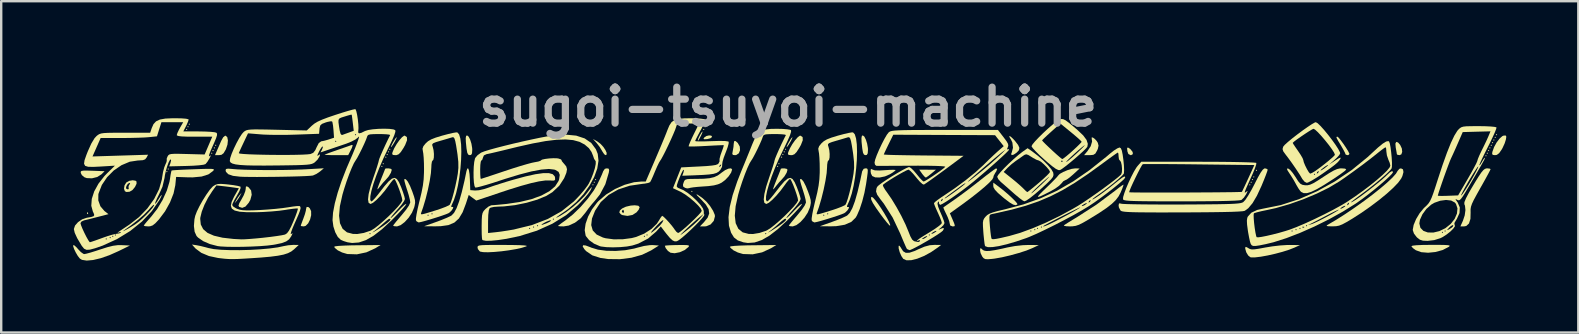
<source format=kicad_pcb>
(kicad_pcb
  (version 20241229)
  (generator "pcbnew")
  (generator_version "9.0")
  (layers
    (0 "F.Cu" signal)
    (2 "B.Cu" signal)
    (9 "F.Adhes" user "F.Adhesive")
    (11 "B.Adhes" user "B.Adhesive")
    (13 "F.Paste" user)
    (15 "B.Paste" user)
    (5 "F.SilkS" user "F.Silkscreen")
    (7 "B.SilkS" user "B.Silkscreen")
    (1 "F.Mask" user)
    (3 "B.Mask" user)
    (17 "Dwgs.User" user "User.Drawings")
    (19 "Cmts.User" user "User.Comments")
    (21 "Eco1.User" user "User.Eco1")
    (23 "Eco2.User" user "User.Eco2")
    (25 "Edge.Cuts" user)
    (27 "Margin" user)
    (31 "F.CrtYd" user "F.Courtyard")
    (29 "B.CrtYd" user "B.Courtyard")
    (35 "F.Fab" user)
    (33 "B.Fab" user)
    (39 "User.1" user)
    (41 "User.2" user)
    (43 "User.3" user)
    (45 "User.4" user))
  (footprint "sugoi-tsuyoi-machine"
    (layer "F.Cu")
    (at 29.8 4.654)
    (property "Reference" "sugoi-tsuyoi-machine" (at 0 -3.25 0) (layer "F.Fab") (effects (font (size 1.5 1.5) (thickness 0.3))))
    (attr board_only exclude_from_pos_files exclude_from_bom)
    (fp_poly (pts (xy -25.867 -0.55) (xy -25.895 -0.522) (xy -25.922 -0.55) (xy -25.895 -0.577)) (stroke (width 0) (type solid)) (fill yes) (layer "F.SilkS"))
    (fp_poly (pts (xy -25.812 -0.66) (xy -25.84 -0.632) (xy -25.867 -0.66) (xy -25.84 -0.687)) (stroke (width 0) (type solid)) (fill yes) (layer "F.SilkS"))
    (fp_poly (pts (xy -25.043 -2.309) (xy -25.07 -2.282) (xy -25.098 -2.309) (xy -25.07 -2.337)) (stroke (width 0) (type solid)) (fill yes) (layer "F.SilkS"))
    (fp_poly (pts (xy -24.988 -2.419) (xy -25.015 -2.392) (xy -25.043 -2.419) (xy -25.015 -2.447)) (stroke (width 0) (type solid)) (fill yes) (layer "F.SilkS"))
    (fp_poly (pts (xy -24.933 -2.529) (xy -24.96 -2.502) (xy -24.988 -2.529) (xy -24.96 -2.556)) (stroke (width 0) (type solid)) (fill yes) (layer "F.SilkS"))
    (fp_poly (pts (xy -23.998 -1.319) (xy -24.026 -1.292) (xy -24.053 -1.319) (xy -24.026 -1.347)) (stroke (width 0) (type solid)) (fill yes) (layer "F.SilkS"))
    (fp_poly (pts (xy -23.943 -1.429) (xy -23.971 -1.402) (xy -23.998 -1.429) (xy -23.971 -1.457)) (stroke (width 0) (type solid)) (fill yes) (layer "F.SilkS"))
    (fp_poly (pts (xy -23.888 -1.539) (xy -23.916 -1.512) (xy -23.943 -1.539) (xy -23.916 -1.567)) (stroke (width 0) (type solid)) (fill yes) (layer "F.SilkS"))
    (fp_poly (pts (xy -23.833 -1.649) (xy -23.861 -1.622) (xy -23.888 -1.649) (xy -23.861 -1.677)) (stroke (width 0) (type solid)) (fill yes) (layer "F.SilkS"))
    (fp_poly (pts (xy -16.906 -0.77) (xy -16.933 -0.742) (xy -16.961 -0.77) (xy -16.933 -0.797)) (stroke (width 0) (type solid)) (fill yes) (layer "F.SilkS"))
    (fp_poly (pts (xy -16.851 -0.88) (xy -16.878 -0.852) (xy -16.906 -0.88) (xy -16.878 -0.907)) (stroke (width 0) (type solid)) (fill yes) (layer "F.SilkS"))
    (fp_poly (pts (xy -16.741 -1.155) (xy -16.768 -1.127) (xy -16.796 -1.155) (xy -16.768 -1.182)) (stroke (width 0) (type solid)) (fill yes) (layer "F.SilkS"))
    (fp_poly (pts (xy -16.686 -1.265) (xy -16.713 -1.237) (xy -16.741 -1.265) (xy -16.713 -1.292)) (stroke (width 0) (type solid)) (fill yes) (layer "F.SilkS"))
    (fp_poly (pts (xy -16.631 -1.374) (xy -16.658 -1.347) (xy -16.686 -1.374) (xy -16.658 -1.402)) (stroke (width 0) (type solid)) (fill yes) (layer "F.SilkS"))
    (fp_poly (pts (xy -16.576 -1.484) (xy -16.603 -1.457) (xy -16.631 -1.484) (xy -16.603 -1.512)) (stroke (width 0) (type solid)) (fill yes) (layer "F.SilkS"))
    (fp_poly (pts (xy -8.109 0) (xy -8.137 0.027) (xy -8.164 0) (xy -8.137 -0.027)) (stroke (width 0) (type solid)) (fill yes) (layer "F.SilkS"))
    (fp_poly (pts (xy -8.054 -0.11) (xy -8.082 -0.082) (xy -8.109 -0.11) (xy -8.082 -0.137)) (stroke (width 0) (type solid)) (fill yes) (layer "F.SilkS"))
    (fp_poly (pts (xy -7.999 -0.22) (xy -8.027 -0.192) (xy -8.054 -0.22) (xy -8.027 -0.247)) (stroke (width 0) (type solid)) (fill yes) (layer "F.SilkS"))
    (fp_poly (pts (xy -3.986 0.275) (xy -4.013 0.302) (xy -4.041 0.275) (xy -4.013 0.247)) (stroke (width 0) (type solid)) (fill yes) (layer "F.SilkS"))
    (fp_poly (pts (xy -3.491 -2.309) (xy -3.519 -2.282) (xy -3.546 -2.309) (xy -3.519 -2.337)) (stroke (width 0) (type solid)) (fill yes) (layer "F.SilkS"))
    (fp_poly (pts (xy -3.436 -2.419) (xy -3.464 -2.392) (xy -3.491 -2.419) (xy -3.464 -2.447)) (stroke (width 0) (type solid)) (fill yes) (layer "F.SilkS"))
    (fp_poly (pts (xy -0.412 -0.77) (xy -0.44 -0.742) (xy -0.467 -0.77) (xy -0.44 -0.797)) (stroke (width 0) (type solid)) (fill yes) (layer "F.SilkS"))
    (fp_poly (pts (xy -0.357 -0.88) (xy -0.385 -0.852) (xy -0.412 -0.88) (xy -0.385 -0.907)) (stroke (width 0) (type solid)) (fill yes) (layer "F.SilkS"))
    (fp_poly (pts (xy -0.247 -1.155) (xy -0.275 -1.127) (xy -0.302 -1.155) (xy -0.275 -1.182)) (stroke (width 0) (type solid)) (fill yes) (layer "F.SilkS"))
    (fp_poly (pts (xy -0.192 -1.265) (xy -0.22 -1.237) (xy -0.247 -1.265) (xy -0.22 -1.292)) (stroke (width 0) (type solid)) (fill yes) (layer "F.SilkS"))
    (fp_poly (pts (xy -0.137 -1.374) (xy -0.165 -1.347) (xy -0.192 -1.374) (xy -0.165 -1.402)) (stroke (width 0) (type solid)) (fill yes) (layer "F.SilkS"))
    (fp_poly (pts (xy -0.082 -1.484) (xy -0.11 -1.457) (xy -0.137 -1.484) (xy -0.11 -1.512)) (stroke (width 0) (type solid)) (fill yes) (layer "F.SilkS"))
    (fp_poly (pts (xy 19.27 0) (xy 19.242 0.027) (xy 19.215 0) (xy 19.242 -0.027)) (stroke (width 0) (type solid)) (fill yes) (layer "F.SilkS"))
    (fp_poly (pts (xy 19.325 -0.11) (xy 19.297 -0.082) (xy 19.27 -0.11) (xy 19.297 -0.137)) (stroke (width 0) (type solid)) (fill yes) (layer "F.SilkS"))
    (fp_poly (pts (xy 19.38 -0.22) (xy 19.352 -0.192) (xy 19.325 -0.22) (xy 19.352 -0.247)) (stroke (width 0) (type solid)) (fill yes) (layer "F.SilkS"))
    (fp_poly (pts (xy 19.435 -0.33) (xy 19.407 -0.302) (xy 19.38 -0.33) (xy 19.407 -0.357)) (stroke (width 0) (type solid)) (fill yes) (layer "F.SilkS"))
    (fp_poly (pts (xy 19.545 -0.605) (xy 19.517 -0.577) (xy 19.49 -0.605) (xy 19.517 -0.632)) (stroke (width 0) (type solid)) (fill yes) (layer "F.SilkS"))
    (fp_poly (pts (xy 29.111 -1.21) (xy 29.084 -1.182) (xy 29.056 -1.21) (xy 29.084 -1.237)) (stroke (width 0) (type solid)) (fill yes) (layer "F.SilkS"))
    (fp_poly (pts (xy 29.166 -1.319) (xy 29.139 -1.292) (xy 29.111 -1.319) (xy 29.139 -1.347)) (stroke (width 0) (type solid)) (fill yes) (layer "F.SilkS"))
    (fp_poly (pts (xy 29.221 -1.429) (xy 29.194 -1.402) (xy 29.166 -1.429) (xy 29.194 -1.457)) (stroke (width 0) (type solid)) (fill yes) (layer "F.SilkS"))
    (fp_poly (pts (xy 29.276 -1.539) (xy 29.248 -1.512) (xy 29.221 -1.539) (xy 29.248 -1.567)) (stroke (width 0) (type solid)) (fill yes) (layer "F.SilkS"))
    (fp_poly (pts (xy 29.331 -1.649) (xy 29.303 -1.622) (xy 29.276 -1.649) (xy 29.303 -1.677)) (stroke (width 0) (type solid)) (fill yes) (layer "F.SilkS"))
    (fp_poly (pts (xy 29.386 -1.759) (xy 29.358 -1.732) (xy 29.331 -1.759) (xy 29.358 -1.787)) (stroke (width 0) (type solid)) (fill yes) (layer "F.SilkS"))
    (fp_poly (pts (xy 29.441 -1.869) (xy 29.413 -1.842) (xy 29.386 -1.869) (xy 29.413 -1.897)) (stroke (width 0) (type solid)) (fill yes) (layer "F.SilkS"))
    (fp_poly (pts (xy 29.496 -1.979) (xy 29.468 -1.952) (xy 29.441 -1.979) (xy 29.468 -2.007)) (stroke (width 0) (type solid)) (fill yes) (layer "F.SilkS"))
    (fp_poly (pts (xy 29.551 -2.089) (xy 29.523 -2.062) (xy 29.496 -2.089) (xy 29.523 -2.117)) (stroke (width 0) (type solid)) (fill yes) (layer "F.SilkS"))
    (fp_poly (pts (xy -29.184 1.145) (xy -29.178 1.211) (xy -29.184 1.219) (xy -29.217 1.211) (xy -29.221 1.182) (xy -29.201 1.137)) (stroke (width 0) (type solid)) (fill yes) (layer "F.SilkS"))
    (fp_poly (pts (xy -22.836 0.44) (xy -22.916 0.572) (xy -22.98 0.66) (xy -23.069 0.77) (xy -23.016 0.66) (xy -22.936 0.527) (xy -22.872 0.44) (xy -22.782 0.33)) (stroke (width 0) (type solid)) (fill yes) (layer "F.SilkS"))
    (fp_poly (pts (xy 5.81 -0.631) (xy 6.158 -0.629) (xy 5.965 -0.467) (xy 5.842 -0.37) (xy 5.755 -0.311) (xy 5.735 -0.304) (xy 5.682 -0.343) (xy 5.598 -0.442) (xy 5.58 -0.467) (xy 5.463 -0.632)) (stroke (width 0) (type solid)) (fill yes) (layer "F.SilkS"))
    (fp_poly (pts (xy 14.243 -1.505) (xy 14.267 -1.485) (xy 14.357 -1.371) (xy 14.367 -1.281) (xy 14.294 -1.238) (xy 14.273 -1.237) (xy 14.18 -1.286) (xy 14.141 -1.388) (xy 14.126 -1.523) (xy 14.158 -1.56)) (stroke (width 0) (type solid)) (fill yes) (layer "F.SilkS"))
    (fp_poly (pts (xy -16.329 -1.932) (xy -16.382 -1.825) (xy -16.452 -1.704) (xy -16.518 -1.605) (xy -16.557 -1.567) (xy -16.549 -1.609) (xy -16.497 -1.717) (xy -16.46 -1.786) (xy -16.383 -1.912) (xy -16.329 -1.981) (xy -16.317 -1.986)) (stroke (width 0) (type solid)) (fill yes) (layer "F.SilkS"))
    (fp_poly (pts (xy -3.208 -2.052) (xy -3.172 -2.006) (xy -3.175 -1.993) (xy -3.24 -1.941) (xy -3.367 -1.908) (xy -3.382 -1.906) (xy -3.501 -1.9) (xy -3.529 -1.923) (xy -3.495 -1.975) (xy -3.408 -2.034) (xy -3.3 -2.06)) (stroke (width 0) (type solid)) (fill yes) (layer "F.SilkS"))
    (fp_poly (pts (xy 0.164 -1.932) (xy 0.112 -1.825) (xy 0.041 -1.704) (xy -0.025 -1.605) (xy -0.064 -1.567) (xy -0.055 -1.609) (xy -0.004 -1.717) (xy 0.034 -1.786) (xy 0.11 -1.912) (xy 0.165 -1.981) (xy 0.177 -1.986)) (stroke (width 0) (type solid)) (fill yes) (layer "F.SilkS"))
    (fp_poly (pts (xy -3.575 -2.184) (xy -3.619 -2.078) (xy -3.634 -2.048) (xy -3.712 -1.901) (xy -3.753 -1.842) (xy -3.766 -1.858) (xy -3.766 -1.863) (xy -3.743 -1.938) (xy -3.688 -2.052) (xy -3.626 -2.161) (xy -3.578 -2.223) (xy -3.571 -2.227)) (stroke (width 0) (type solid)) (fill yes) (layer "F.SilkS"))
    (fp_poly (pts (xy -28.995 -0.587) (xy -28.49 -0.569) (xy -28.622 -0.438) (xy -28.797 -0.327) (xy -29.017 -0.272) (xy -29.233 -0.281) (xy -29.331 -0.316) (xy -29.438 -0.405) (xy -29.484 -0.496) (xy -29.485 -0.547) (xy -29.455 -0.578) (xy -29.374 -0.592) (xy -29.223 -0.594)) (stroke (width 0) (type solid)) (fill yes) (layer "F.SilkS"))
    (fp_poly (pts (xy -2.098 -1.741) (xy -2.017 -1.596) (xy -2.006 -1.443) (xy -2.057 -1.315) (xy -2.164 -1.243) (xy -2.212 -1.237) (xy -2.304 -1.247) (xy -2.329 -1.299) (xy -2.308 -1.416) (xy -2.279 -1.581) (xy -2.268 -1.718) (xy -2.251 -1.822) (xy -2.192 -1.826)) (stroke (width 0) (type solid)) (fill yes) (layer "F.SilkS"))
    (fp_poly (pts (xy 25.42 -1.765) (xy 25.507 -1.665) (xy 25.577 -1.516) (xy 25.593 -1.375) (xy 25.557 -1.271) (xy 25.482 -1.237) (xy 25.392 -1.254) (xy 25.37 -1.278) (xy 25.359 -1.354) (xy 25.334 -1.494) (xy 25.323 -1.553) (xy 25.309 -1.718) (xy 25.345 -1.79)) (stroke (width 0) (type solid)) (fill yes) (layer "F.SilkS"))
    (fp_poly (pts (xy -7.954 -1.809) (xy -7.824 -1.711) (xy -7.706 -1.584) (xy -7.616 -1.45) (xy -7.565 -1.334) (xy -7.569 -1.256) (xy -7.613 -1.237) (xy -7.671 -1.281) (xy -7.744 -1.391) (xy -7.757 -1.416) (xy -7.859 -1.583) (xy -7.985 -1.746) (xy -7.992 -1.754) (xy -8.137 -1.913)) (stroke (width 0) (type solid)) (fill yes) (layer "F.SilkS"))
    (fp_poly (pts (xy -17.208 2.643) (xy -17.579 2.813) (xy -17.974 2.896) (xy -18.362 2.884) (xy -18.39 2.879) (xy -18.592 2.819) (xy -18.772 2.73) (xy -18.893 2.63) (xy -18.923 2.581) (xy -18.876 2.562) (xy -18.732 2.545) (xy -18.503 2.532) (xy -18.201 2.522) (xy -17.964 2.519) (xy -16.988 2.508)) (stroke (width 0) (type solid)) (fill yes) (layer "F.SilkS"))
    (fp_poly (pts (xy -0.715 2.643) (xy -1.085 2.813) (xy -1.48 2.896) (xy -1.869 2.884) (xy -1.897 2.879) (xy -2.099 2.819) (xy -2.278 2.73) (xy -2.4 2.63) (xy -2.429 2.581) (xy -2.383 2.562) (xy -2.239 2.545) (xy -2.01 2.532) (xy -1.708 2.522) (xy -1.471 2.519) (xy -0.495 2.508)) (stroke (width 0) (type solid)) (fill yes) (layer "F.SilkS"))
    (fp_poly (pts (xy -23.377 -1.986) (xy -23.351 -1.853) (xy -23.369 -1.677) (xy -23.432 -1.49) (xy -23.446 -1.461) (xy -23.532 -1.318) (xy -23.618 -1.252) (xy -23.725 -1.237) (xy -23.89 -1.237) (xy -23.812 -1.416) (xy -23.739 -1.583) (xy -23.654 -1.779) (xy -23.632 -1.829) (xy -23.547 -1.983) (xy -23.467 -2.048) (xy -23.448 -2.048)) (stroke (width 0) (type solid)) (fill yes) (layer "F.SilkS"))
    (fp_poly (pts (xy -22.491 0.101) (xy -22.385 0.232) (xy -22.359 0.414) (xy -22.415 0.624) (xy -22.483 0.747) (xy -22.62 0.906) (xy -22.754 0.959) (xy -22.885 0.917) (xy -22.909 0.864) (xy -22.875 0.762) (xy -22.785 0.607) (xy -22.689 0.43) (xy -22.626 0.263) (xy -22.611 0.183) (xy -22.601 0.076) (xy -22.561 0.061)) (stroke (width 0) (type solid)) (fill yes) (layer "F.SilkS"))
    (fp_poly (pts (xy -13.32 -2.012) (xy -13.255 -1.886) (xy -13.201 -1.715) (xy -13.171 -1.532) (xy -13.167 -1.459) (xy -13.177 -1.313) (xy -13.215 -1.248) (xy -13.27 -1.237) (xy -13.334 -1.259) (xy -13.375 -1.339) (xy -13.404 -1.504) (xy -13.407 -1.526) (xy -13.433 -1.784) (xy -13.439 -1.949) (xy -13.422 -2.037) (xy -13.384 -2.062)) (stroke (width 0) (type solid)) (fill yes) (layer "F.SilkS"))
    (fp_poly (pts (xy -4.219 2.512) (xy -4.146 2.526) (xy -4.132 2.553) (xy -4.154 2.588) (xy -4.311 2.717) (xy -4.518 2.809) (xy -4.731 2.851) (xy -4.903 2.83) (xy -5.012 2.754) (xy -5.104 2.639) (xy -5.14 2.54) (xy -5.089 2.529) (xy -4.952 2.519) (xy -4.752 2.512) (xy -4.611 2.509) (xy -4.369 2.507)) (stroke (width 0) (type solid)) (fill yes) (layer "F.SilkS"))
    (fp_poly (pts (xy 3.174 -2.012) (xy 3.238 -1.886) (xy 3.292 -1.715) (xy 3.323 -1.532) (xy 3.326 -1.459) (xy 3.316 -1.313) (xy 3.278 -1.248) (xy 3.224 -1.237) (xy 3.16 -1.259) (xy 3.119 -1.339) (xy 3.09 -1.504) (xy 3.087 -1.526) (xy 3.06 -1.784) (xy 3.055 -1.949) (xy 3.072 -2.037) (xy 3.109 -2.062)) (stroke (width 0) (type solid)) (fill yes) (layer "F.SilkS"))
    (fp_poly (pts (xy 9.279 -2.006) (xy 9.381 -1.911) (xy 9.45 -1.835) (xy 9.583 -1.663) (xy 9.638 -1.54) (xy 9.616 -1.441) (xy 9.525 -1.344) (xy 9.399 -1.259) (xy 9.317 -1.239) (xy 9.294 -1.285) (xy 9.317 -1.343) (xy 9.37 -1.544) (xy 9.346 -1.76) (xy 9.286 -1.888) (xy 9.22 -1.998) (xy 9.222 -2.037)) (stroke (width 0) (type solid)) (fill yes) (layer "F.SilkS"))
    (fp_poly (pts (xy -19.999 0.925) (xy -19.941 0.973) (xy -19.883 1.096) (xy -19.881 1.265) (xy -19.926 1.445) (xy -20.005 1.604) (xy -20.109 1.709) (xy -20.187 1.732) (xy -20.286 1.722) (xy -20.315 1.706) (xy -20.296 1.645) (xy -20.248 1.515) (xy -20.205 1.402) (xy -20.142 1.224) (xy -20.102 1.074) (xy -20.095 1.015) (xy -20.07 0.921)) (stroke (width 0) (type solid)) (fill yes) (layer "F.SilkS"))
    (fp_poly (pts (xy -18.149 -1.647) (xy -18.183 -1.544) (xy -18.221 -1.465) (xy -18.338 -1.237) (xy -18.84 -1.237) (xy -19.057 -1.239) (xy -19.221 -1.245) (xy -19.311 -1.252) (xy -19.32 -1.257) (xy -19.262 -1.283) (xy -19.122 -1.335) (xy -18.926 -1.405) (xy -18.775 -1.458) (xy -18.546 -1.537) (xy -18.352 -1.604) (xy -18.219 -1.651) (xy -18.179 -1.665)) (stroke (width 0) (type solid)) (fill yes) (layer "F.SilkS"))
    (fp_poly (pts (xy -15.892 -1.991) (xy -15.884 -1.861) (xy -15.962 -1.663) (xy -16.033 -1.536) (xy -16.144 -1.367) (xy -16.232 -1.276) (xy -16.32 -1.24) (xy -16.371 -1.237) (xy -16.48 -1.248) (xy -16.504 -1.299) (xy -16.49 -1.361) (xy -16.421 -1.522) (xy -16.319 -1.698) (xy -16.203 -1.861) (xy -16.092 -1.987) (xy -16.005 -2.049) (xy -15.984 -2.051)) (stroke (width 0) (type solid)) (fill yes) (layer "F.SilkS"))
    (fp_poly (pts (xy 0.602 -1.991) (xy 0.609 -1.861) (xy 0.532 -1.663) (xy 0.46 -1.536) (xy 0.35 -1.367) (xy 0.262 -1.276) (xy 0.173 -1.24) (xy 0.122 -1.237) (xy 0.014 -1.248) (xy -0.011 -1.299) (xy 0.004 -1.361) (xy 0.073 -1.522) (xy 0.174 -1.698) (xy 0.29 -1.861) (xy 0.402 -1.987) (xy 0.489 -2.049) (xy 0.51 -2.051)) (stroke (width 0) (type solid)) (fill yes) (layer "F.SilkS"))
    (fp_poly (pts (xy 8.76 0.064) (xy 8.952 0.214) (xy 9.143 0.375) (xy 9.317 0.533) (xy 9.455 0.67) (xy 9.54 0.77) (xy 9.557 0.815) (xy 9.485 0.848) (xy 9.378 0.823) (xy 9.225 0.731) (xy 9.012 0.569) (xy 8.948 0.516) (xy 8.744 0.339) (xy 8.619 0.207) (xy 8.559 0.105) (xy 8.549 0.046) (xy 8.549 -0.092)) (stroke (width 0) (type solid)) (fill yes) (layer "F.SilkS"))
    (fp_poly (pts (xy 12.702 -1.97) (xy 12.779 -1.915) (xy 12.857 -1.831) (xy 12.905 -1.754) (xy 12.936 -1.633) (xy 12.907 -1.499) (xy 12.875 -1.428) (xy 12.804 -1.304) (xy 12.718 -1.25) (xy 12.573 -1.237) (xy 12.559 -1.237) (xy 12.333 -1.237) (xy 12.475 -1.406) (xy 12.61 -1.611) (xy 12.667 -1.803) (xy 12.652 -1.925) (xy 12.651 -1.979)) (stroke (width 0) (type solid)) (fill yes) (layer "F.SilkS"))
    (fp_poly (pts (xy 29.932 -2.007) (xy 29.915 -1.892) (xy 29.865 -1.733) (xy 29.78 -1.546) (xy 29.74 -1.474) (xy 29.634 -1.321) (xy 29.537 -1.249) (xy 29.46 -1.237) (xy 29.362 -1.25) (xy 29.34 -1.31) (xy 29.355 -1.388) (xy 29.424 -1.578) (xy 29.529 -1.768) (xy 29.652 -1.929) (xy 29.769 -2.032) (xy 29.822 -2.053) (xy 29.908 -2.055)) (stroke (width 0) (type solid)) (fill yes) (layer "F.SilkS"))
    (fp_poly (pts (xy 3.532 0.529) (xy 3.625 0.631) (xy 3.744 0.788) (xy 3.875 0.979) (xy 4.004 1.183) (xy 4.119 1.379) (xy 4.205 1.546) (xy 4.251 1.664) (xy 4.249 1.707) (xy 4.208 1.676) (xy 4.117 1.573) (xy 3.991 1.414) (xy 3.863 1.244) (xy 3.664 0.966) (xy 3.533 0.762) (xy 3.464 0.622) (xy 3.453 0.536) (xy 3.477 0.503)) (stroke (width 0) (type solid)) (fill yes) (layer "F.SilkS"))
    (fp_poly (pts (xy 22.945 -1.964) (xy 23.034 -1.855) (xy 23.142 -1.708) (xy 23.25 -1.549) (xy 23.338 -1.406) (xy 23.388 -1.307) (xy 23.393 -1.286) (xy 23.349 -1.242) (xy 23.311 -1.237) (xy 23.238 -1.261) (xy 23.228 -1.281) (xy 23.202 -1.348) (xy 23.132 -1.479) (xy 23.036 -1.646) (xy 22.927 -1.827) (xy 22.868 -1.935) (xy 22.851 -1.988) (xy 22.868 -2.005) (xy 22.894 -2.007)) (stroke (width 0) (type solid)) (fill yes) (layer "F.SilkS"))
    (fp_poly (pts (xy 3.492 -0.653) (xy 3.513 -0.637) (xy 3.611 -0.604) (xy 3.8 -0.597) (xy 4.035 -0.611) (xy 4.24 -0.624) (xy 4.396 -0.627) (xy 4.475 -0.62) (xy 4.481 -0.615) (xy 4.437 -0.571) (xy 4.327 -0.494) (xy 4.242 -0.442) (xy 4.036 -0.352) (xy 3.821 -0.307) (xy 3.633 -0.31) (xy 3.505 -0.366) (xy 3.502 -0.368) (xy 3.45 -0.473) (xy 3.436 -0.568) (xy 3.447 -0.657)) (stroke (width 0) (type solid)) (fill yes) (layer "F.SilkS"))
    (fp_poly (pts (xy -16.555 -0.667) (xy -16.521 -0.629) (xy -16.558 -0.504) (xy -16.651 -0.35) (xy -16.763 -0.22) (xy -16.878 -0.097) (xy -16.996 0.049) (xy -17.001 0.055) (xy -17.078 0.152) (xy -17.121 0.188) (xy -17.124 0.184) (xy -17.105 0.12) (xy -17.055 -0.019) (xy -16.981 -0.205) (xy -16.961 -0.255) (xy -16.884 -0.446) (xy -16.826 -0.592) (xy -16.798 -0.668) (xy -16.796 -0.673) (xy -16.749 -0.684) (xy -16.658 -0.687)) (stroke (width 0) (type solid)) (fill yes) (layer "F.SilkS"))
    (fp_poly (pts (xy -0.062 -0.667) (xy -0.027 -0.629) (xy -0.064 -0.504) (xy -0.157 -0.35) (xy -0.27 -0.22) (xy -0.384 -0.097) (xy -0.503 0.049) (xy -0.507 0.055) (xy -0.585 0.152) (xy -0.628 0.188) (xy -0.631 0.184) (xy -0.612 0.12) (xy -0.561 -0.019) (xy -0.488 -0.205) (xy -0.468 -0.255) (xy -0.39 -0.446) (xy -0.333 -0.592) (xy -0.304 -0.668) (xy -0.303 -0.673) (xy -0.255 -0.684) (xy -0.165 -0.687)) (stroke (width 0) (type solid)) (fill yes) (layer "F.SilkS"))
    (fp_poly (pts (xy 27.132 2.502) (xy 27.353 2.506) (xy 27.491 2.514) (xy 27.56 2.527) (xy 27.572 2.548) (xy 27.542 2.578) (xy 27.531 2.586) (xy 27.278 2.717) (xy 26.981 2.799) (xy 26.673 2.83) (xy 26.388 2.807) (xy 26.16 2.725) (xy 26.156 2.722) (xy 26.04 2.638) (xy 25.98 2.568) (xy 25.977 2.557) (xy 26.031 2.534) (xy 26.187 2.517) (xy 26.438 2.506) (xy 26.776 2.502) (xy 26.814 2.502)) (stroke (width 0) (type solid)) (fill yes) (layer "F.SilkS"))
    (fp_poly (pts (xy -3.775 0.412) (xy -3.643 0.5) (xy -3.561 0.56) (xy -3.402 0.705) (xy -3.251 0.889) (xy -3.13 1.081) (xy -3.06 1.247) (xy -3.051 1.308) (xy -3.101 1.501) (xy -3.232 1.65) (xy -3.415 1.727) (xy -3.478 1.732) (xy -3.678 1.732) (xy -3.506 1.553) (xy -3.356 1.366) (xy -3.291 1.193) (xy -3.315 1.017) (xy -3.43 0.824) (xy -3.638 0.597) (xy -3.679 0.557) (xy -3.795 0.441) (xy -3.826 0.392)) (stroke (width 0) (type solid)) (fill yes) (layer "F.SilkS"))
    (fp_poly (pts (xy 6.377 2.504) (xy 6.24 2.61) (xy 5.951 2.808) (xy 5.658 2.966) (xy 5.378 3.079) (xy 5.129 3.141) (xy 4.929 3.144) (xy 4.798 3.085) (xy 4.719 2.969) (xy 4.649 2.809) (xy 4.606 2.651) (xy 4.604 2.543) (xy 4.639 2.538) (xy 4.696 2.616) (xy 4.705 2.634) (xy 4.793 2.769) (xy 4.903 2.834) (xy 5.054 2.83) (xy 5.265 2.759) (xy 5.415 2.69) (xy 5.682 2.576) (xy 5.902 2.517) (xy 6.093 2.503)) (stroke (width 0) (type solid)) (fill yes) (layer "F.SilkS"))
    (fp_poly (pts (xy -6.244 0.871) (xy -6.189 0.931) (xy -6.231 1.038) (xy -6.32 1.147) (xy -6.488 1.255) (xy -6.699 1.295) (xy -6.908 1.261) (xy -6.969 1.232) (xy -7.037 1.154) (xy -7.026 1.111) (xy -6.932 1.111) (xy -6.925 1.131) (xy -6.872 1.18) (xy -6.846 1.124) (xy -6.845 1.096) (xy -6.872 1.04) (xy -6.901 1.045) (xy -6.932 1.111) (xy -7.026 1.111) (xy -7.014 1.068) (xy -6.917 0.983) (xy -6.762 0.911) (xy -6.566 0.865) (xy -6.397 0.852)) (stroke (width 0) (type solid)) (fill yes) (layer "F.SilkS"))
    (fp_poly (pts (xy -5.388 2.529) (xy -5.712 2.733) (xy -6.089 2.915) (xy -6.532 3.038) (xy -7.012 3.099) (xy -7.498 3.093) (xy -7.816 3.049) (xy -8.162 2.939) (xy -8.421 2.762) (xy -8.493 2.683) (xy -8.564 2.568) (xy -8.546 2.517) (xy -8.438 2.528) (xy -8.241 2.601) (xy -8.203 2.618) (xy -7.926 2.702) (xy -7.578 2.748) (xy -7.189 2.755) (xy -6.792 2.725) (xy -6.419 2.656) (xy -6.295 2.621) (xy -6.007 2.548) (xy -5.752 2.512) (xy -5.635 2.511)) (stroke (width 0) (type solid)) (fill yes) (layer "F.SilkS"))
    (fp_poly (pts (xy -12.012 2.505) (xy -11.862 2.505) (xy -11.476 2.508) (xy -11.193 2.514) (xy -11.007 2.524) (xy -10.91 2.537) (xy -10.897 2.556) (xy -10.913 2.564) (xy -11.104 2.625) (xy -11.357 2.681) (xy -11.647 2.73) (xy -11.952 2.77) (xy -12.248 2.797) (xy -12.51 2.81) (xy -12.716 2.805) (xy -12.841 2.781) (xy -12.851 2.776) (xy -12.931 2.678) (xy -12.947 2.609) (xy -12.943 2.572) (xy -12.919 2.545) (xy -12.861 2.526) (xy -12.756 2.514) (xy -12.589 2.507) (xy -12.346 2.505)) (stroke (width 0) (type solid)) (fill yes) (layer "F.SilkS"))
    (fp_poly (pts (xy 10.446 2.511) (xy 10.171 2.641) (xy 9.926 2.74) (xy 9.609 2.842) (xy 9.258 2.939) (xy 8.911 3.02) (xy 8.605 3.074) (xy 8.516 3.085) (xy 8.327 3.101) (xy 8.214 3.094) (xy 8.144 3.056) (xy 8.09 2.991) (xy 8.021 2.848) (xy 7.999 2.733) (xy 8.007 2.643) (xy 8.047 2.653) (xy 8.091 2.695) (xy 8.158 2.739) (xy 8.258 2.759) (xy 8.407 2.753) (xy 8.62 2.721) (xy 8.914 2.661) (xy 9.144 2.608) (xy 9.453 2.551) (xy 9.783 2.515) (xy 10.024 2.506)) (stroke (width 0) (type solid)) (fill yes) (layer "F.SilkS"))
    (fp_poly (pts (xy 12.15 -0.683) (xy 11.884 -0.438) (xy 11.737 -0.312) (xy 11.614 -0.223) (xy 11.546 -0.192) (xy 11.468 -0.15) (xy 11.386 -0.055) (xy 11.291 0.04) (xy 11.132 0.155) (xy 10.953 0.259) (xy 10.683 0.397) (xy 10.506 0.48) (xy 10.419 0.506) (xy 10.417 0.473) (xy 10.499 0.377) (xy 10.66 0.217) (xy 10.756 0.125) (xy 10.943 -0.057) (xy 11.098 -0.214) (xy 11.207 -0.329) (xy 11.251 -0.385) (xy 11.32 -0.456) (xy 11.462 -0.536) (xy 11.64 -0.611) (xy 11.818 -0.666) (xy 11.958 -0.685)) (stroke (width 0) (type solid)) (fill yes) (layer "F.SilkS"))
    (fp_poly (pts (xy -29.746 2.527) (xy -29.654 2.612) (xy -29.596 2.68) (xy -29.479 2.802) (xy -29.374 2.876) (xy -29.336 2.886) (xy -29.248 2.869) (xy -29.082 2.824) (xy -28.863 2.756) (xy -28.668 2.692) (xy -28.369 2.597) (xy -28.139 2.54) (xy -27.945 2.514) (xy -27.764 2.514) (xy -27.434 2.529) (xy -27.902 2.759) (xy -28.288 2.931) (xy -28.649 3.057) (xy -28.969 3.133) (xy -29.235 3.157) (xy -29.433 3.127) (xy -29.521 3.073) (xy -29.606 2.966) (xy -29.691 2.822) (xy -29.762 2.675) (xy -29.8 2.559) (xy -29.797 2.51)) (stroke (width 0) (type solid)) (fill yes) (layer "F.SilkS"))
    (fp_poly (pts (xy 21.332 2.511) (xy 21.103 2.616) (xy 20.877 2.705) (xy 20.599 2.793) (xy 20.294 2.874) (xy 19.987 2.943) (xy 19.701 2.995) (xy 19.463 3.023) (xy 19.297 3.023) (xy 19.264 3.017) (xy 19.174 2.945) (xy 19.094 2.813) (xy 19.052 2.666) (xy 19.05 2.635) (xy 19.062 2.585) (xy 19.118 2.601) (xy 19.18 2.639) (xy 19.247 2.675) (xy 19.326 2.692) (xy 19.439 2.688) (xy 19.611 2.663) (xy 19.866 2.616) (xy 19.881 2.613) (xy 20.18 2.564) (xy 20.499 2.527) (xy 20.785 2.508) (xy 20.892 2.506)) (stroke (width 0) (type solid)) (fill yes) (layer "F.SilkS"))
    (fp_poly (pts (xy -27.199 -0.171) (xy -27.16 -0.139) (xy -27.159 -0.044) (xy -27.224 0.089) (xy -27.328 0.216) (xy -27.449 0.287) (xy -27.578 0.298) (xy -27.645 0.266) (xy -27.682 0.162) (xy -27.678 0.135) (xy -27.599 0.135) (xy -27.588 0.158) (xy -27.521 0.192) (xy -27.481 0.171) (xy -27.491 0.135) (xy -27.49 0.05) (xy -27.46 -0.002) (xy -27.425 -0.07) (xy -27.453 -0.082) (xy -27.522 -0.041) (xy -27.58 0.048) (xy -27.599 0.135) (xy -27.678 0.135) (xy -27.66 0.024) (xy -27.587 -0.096) (xy -27.581 -0.101) (xy -27.461 -0.167) (xy -27.318 -0.191)) (stroke (width 0) (type solid)) (fill yes) (layer "F.SilkS"))
    (fp_poly (pts (xy 13.976 -0.007) (xy 13.965 0.048) (xy 13.918 0.174) (xy 13.855 0.323) (xy 13.769 0.484) (xy 13.651 0.638) (xy 13.488 0.795) (xy 13.267 0.967) (xy 12.975 1.164) (xy 12.6 1.396) (xy 12.523 1.443) (xy 12.29 1.578) (xy 12.119 1.664) (xy 11.981 1.71) (xy 11.844 1.729) (xy 11.741 1.732) (xy 11.587 1.725) (xy 11.5 1.706) (xy 11.493 1.687) (xy 11.56 1.642) (xy 11.699 1.554) (xy 11.887 1.438) (xy 12.04 1.346) (xy 12.856 0.82) (xy 13.609 0.258) (xy 13.632 0.24) (xy 13.789 0.117) (xy 13.91 0.029) (xy 13.972 -0.007)) (stroke (width 0) (type solid)) (fill yes) (layer "F.SilkS"))
    (fp_poly (pts (xy 3.271 -0.685) (xy 3.304 -0.664) (xy 3.318 -0.609) (xy 3.313 -0.5) (xy 3.29 -0.32) (xy 3.25 -0.051) (xy 3.246 -0.024) (xy 3.178 0.336) (xy 3.086 0.693) (xy 2.98 1.014) (xy 2.869 1.271) (xy 2.814 1.366) (xy 2.633 1.543) (xy 2.362 1.662) (xy 2.005 1.722) (xy 1.783 1.729) (xy 1.319 1.725) (xy 1.82 1.548) (xy 2.055 1.46) (xy 2.265 1.374) (xy 2.417 1.303) (xy 2.461 1.278) (xy 2.569 1.166) (xy 2.675 0.97) (xy 2.782 0.684) (xy 2.891 0.302) (xy 3.004 -0.18) (xy 3.084 -0.564) (xy 3.146 -0.667) (xy 3.217 -0.687)) (stroke (width 0) (type solid)) (fill yes) (layer "F.SilkS"))
    (fp_poly (pts (xy -7.481 -0.674) (xy -7.461 -0.612) (xy -7.476 -0.509) (xy -7.62 -0.025) (xy -7.847 0.401) (xy -8.024 0.625) (xy -8.187 0.814) (xy -8.341 1.008) (xy -8.45 1.16) (xy -8.644 1.393) (xy -8.887 1.578) (xy -9.147 1.697) (xy -9.356 1.732) (xy -9.5 1.728) (xy -9.585 1.718) (xy -9.594 1.713) (xy -9.552 1.676) (xy -9.443 1.594) (xy -9.29 1.486) (xy -9.29 1.486) (xy -8.973 1.234) (xy -8.65 0.92) (xy -8.35 0.575) (xy -8.098 0.228) (xy -7.957 -0.016) (xy -7.855 -0.226) (xy -7.771 -0.411) (xy -7.719 -0.54) (xy -7.712 -0.564) (xy -7.64 -0.668) (xy -7.56 -0.687)) (stroke (width 0) (type solid)) (fill yes) (layer "F.SilkS"))
    (fp_poly (pts (xy -19.512 -0.556) (xy -19.659 -0.456) (xy -19.803 -0.391) (xy -19.815 -0.388) (xy -19.917 -0.377) (xy -20.11 -0.365) (xy -20.376 -0.355) (xy -20.696 -0.346) (xy -21.051 -0.339) (xy -21.423 -0.333) (xy -21.792 -0.33) (xy -22.141 -0.328) (xy -22.451 -0.33) (xy -22.702 -0.334) (xy -22.842 -0.34) (xy -23.139 -0.375) (xy -23.334 -0.442) (xy -23.433 -0.543) (xy -23.448 -0.617) (xy -23.426 -0.661) (xy -23.342 -0.675) (xy -23.176 -0.662) (xy -23.16 -0.66) (xy -22.956 -0.644) (xy -22.664 -0.631) (xy -22.306 -0.622) (xy -21.903 -0.617) (xy -21.478 -0.616) (xy -21.051 -0.619) (xy -20.646 -0.627) (xy -20.283 -0.639) (xy -20.095 -0.648) (xy -19.352 -0.69)) (stroke (width 0) (type solid)) (fill yes) (layer "F.SilkS"))
    (fp_poly (pts (xy -15.938 -0.235) (xy -15.855 -0.137) (xy -15.758 0.049) (xy -15.666 0.278) (xy -15.592 0.49) (xy -15.554 0.636) (xy -15.548 0.753) (xy -15.571 0.877) (xy -15.59 0.948) (xy -15.679 1.161) (xy -15.817 1.37) (xy -15.982 1.551) (xy -16.15 1.679) (xy -16.301 1.732) (xy -16.309 1.732) (xy -16.421 1.723) (xy -16.466 1.702) (xy -16.432 1.651) (xy -16.341 1.536) (xy -16.208 1.378) (xy -16.109 1.262) (xy -15.928 1.041) (xy -15.806 0.862) (xy -15.753 0.74) (xy -15.751 0.725) (xy -15.769 0.612) (xy -15.814 0.432) (xy -15.879 0.221) (xy -15.889 0.193) (xy -15.95 -0.001) (xy -15.991 -0.152) (xy -16.002 -0.232) (xy -16 -0.237)) (stroke (width 0) (type solid)) (fill yes) (layer "F.SilkS"))
    (fp_poly (pts (xy -2.337 -0.642) (xy -2.337 -0.635) (xy -2.378 -0.508) (xy -2.483 -0.352) (xy -2.626 -0.201) (xy -2.777 -0.089) (xy -2.923 -0.022) (xy -3.097 0.023) (xy -3.331 0.053) (xy -3.534 0.067) (xy -3.769 0.084) (xy -3.964 0.105) (xy -4.091 0.126) (xy -4.123 0.138) (xy -4.211 0.149) (xy -4.297 0.125) (xy -4.376 0.071) (xy -4.384 -0.009) (xy -4.36 -0.089) (xy -4.329 -0.167) (xy -4.285 -0.214) (xy -4.204 -0.238) (xy -4.061 -0.247) (xy -3.857 -0.248) (xy -3.523 -0.254) (xy -3.274 -0.277) (xy -3.085 -0.321) (xy -2.932 -0.392) (xy -2.789 -0.497) (xy -2.783 -0.502) (xy -2.63 -0.611) (xy -2.488 -0.675) (xy -2.382 -0.688)) (stroke (width 0) (type solid)) (fill yes) (layer "F.SilkS"))
    (fp_poly (pts (xy 0.556 -0.235) (xy 0.639 -0.137) (xy 0.735 0.049) (xy 0.827 0.278) (xy 0.902 0.49) (xy 0.939 0.636) (xy 0.945 0.753) (xy 0.923 0.877) (xy 0.904 0.948) (xy 0.814 1.161) (xy 0.676 1.37) (xy 0.512 1.551) (xy 0.344 1.679) (xy 0.193 1.732) (xy 0.185 1.732) (xy 0.072 1.723) (xy 0.027 1.702) (xy 0.061 1.651) (xy 0.153 1.536) (xy 0.286 1.378) (xy 0.385 1.262) (xy 0.566 1.041) (xy 0.688 0.862) (xy 0.741 0.74) (xy 0.742 0.725) (xy 0.725 0.612) (xy 0.679 0.432) (xy 0.614 0.221) (xy 0.605 0.193) (xy 0.543 -0.001) (xy 0.503 -0.152) (xy 0.492 -0.232) (xy 0.494 -0.237)) (stroke (width 0) (type solid)) (fill yes) (layer "F.SilkS"))
    (fp_poly (pts (xy 25.625 -0.645) (xy 25.645 -0.532) (xy 25.601 -0.367) (xy 25.551 -0.264) (xy 25.425 -0.091) (xy 25.219 0.124) (xy 24.948 0.37) (xy 24.626 0.633) (xy 24.269 0.903) (xy 23.892 1.167) (xy 23.512 1.411) (xy 23.273 1.553) (xy 23.099 1.646) (xy 22.963 1.7) (xy 22.838 1.724) (xy 22.697 1.73) (xy 22.681 1.73) (xy 22.514 1.726) (xy 22.444 1.713) (xy 22.455 1.686) (xy 22.486 1.667) (xy 22.853 1.45) (xy 23.236 1.206) (xy 23.622 0.944) (xy 24.001 0.674) (xy 24.358 0.406) (xy 24.683 0.147) (xy 24.962 -0.091) (xy 25.183 -0.299) (xy 25.334 -0.468) (xy 25.401 -0.581) (xy 25.475 -0.668) (xy 25.541 -0.687)) (stroke (width 0) (type solid)) (fill yes) (layer "F.SilkS"))
    (fp_poly (pts (xy 29.244 -0.675) (xy 29.276 -0.653) (xy 29.25 -0.596) (xy 29.179 -0.46) (xy 29.072 -0.264) (xy 28.938 -0.023) (xy 28.851 0.13) (xy 28.689 0.42) (xy 28.574 0.633) (xy 28.5 0.791) (xy 28.459 0.912) (xy 28.442 1.015) (xy 28.443 1.121) (xy 28.444 1.144) (xy 28.437 1.418) (xy 28.375 1.611) (xy 28.262 1.715) (xy 28.172 1.732) (xy 28.017 1.732) (xy 28.123 1.498) (xy 28.198 1.274) (xy 28.228 1.051) (xy 28.209 0.868) (xy 28.182 0.804) (xy 28.185 0.722) (xy 28.25 0.561) (xy 28.379 0.318) (xy 28.46 0.177) (xy 28.644 -0.132) (xy 28.784 -0.357) (xy 28.889 -0.513) (xy 28.971 -0.61) (xy 29.038 -0.664) (xy 29.102 -0.685) (xy 29.142 -0.687)) (stroke (width 0) (type solid)) (fill yes) (layer "F.SilkS"))
    (fp_poly (pts (xy -24.658 2.517) (xy -24.493 2.549) (xy -24.283 2.601) (xy -24.163 2.634) (xy -23.941 2.678) (xy -23.633 2.707) (xy -23.262 2.721) (xy -22.852 2.723) (xy -22.425 2.711) (xy -22.004 2.687) (xy -21.613 2.652) (xy -21.274 2.606) (xy -21.029 2.554) (xy -20.838 2.519) (xy -20.633 2.503) (xy -20.617 2.503) (xy -20.397 2.504) (xy -20.595 2.688) (xy -20.709 2.777) (xy -20.85 2.849) (xy -21.033 2.908) (xy -21.272 2.955) (xy -21.58 2.995) (xy -21.974 3.03) (xy -22.321 3.054) (xy -22.671 3.076) (xy -22.937 3.09) (xy -23.143 3.095) (xy -23.315 3.092) (xy -23.478 3.081) (xy -23.658 3.061) (xy -23.762 3.048) (xy -24.141 2.967) (xy -24.459 2.834) (xy -24.696 2.658) (xy -24.713 2.64) (xy -24.85 2.488)) (stroke (width 0) (type solid)) (fill yes) (layer "F.SilkS"))
    (fp_poly (pts (xy 8.71 -0.653) (xy 8.669 -0.554) (xy 8.63 -0.498) (xy 8.566 -0.378) (xy 8.549 -0.301) (xy 8.506 -0.223) (xy 8.384 -0.093) (xy 8.195 0.08) (xy 7.95 0.285) (xy 7.661 0.513) (xy 7.34 0.754) (xy 7.219 0.842) (xy 6.74 1.186) (xy 6.848 1.436) (xy 6.918 1.602) (xy 6.945 1.69) (xy 6.93 1.725) (xy 6.873 1.732) (xy 6.845 1.732) (xy 6.753 1.693) (xy 6.735 1.62) (xy 6.711 1.51) (xy 6.649 1.347) (xy 6.594 1.23) (xy 6.52 1.077) (xy 6.476 0.971) (xy 6.47 0.939) (xy 6.52 0.904) (xy 6.639 0.821) (xy 6.809 0.703) (xy 6.936 0.614) (xy 7.155 0.457) (xy 7.426 0.256) (xy 7.715 0.035) (xy 7.989 -0.179) (xy 8.006 -0.193) (xy 8.229 -0.369) (xy 8.424 -0.517) (xy 8.572 -0.625) (xy 8.658 -0.682) (xy 8.67 -0.687)) (stroke (width 0) (type solid)) (fill yes) (layer "F.SilkS"))
    (fp_poly (pts (xy -24.053 -0.666) (xy -23.967 -0.657) (xy -23.935 -0.639) (xy -23.943 -0.611) (xy -23.972 -0.576) (xy -24.167 -0.434) (xy -24.447 -0.346) (xy -24.818 -0.311) (xy -25.017 -0.313) (xy -25.51 -0.33) (xy -25.543 0.014) (xy -25.616 0.358) (xy -25.764 0.732) (xy -25.97 1.103) (xy -26.22 1.436) (xy -26.226 1.443) (xy -26.375 1.602) (xy -26.487 1.69) (xy -26.592 1.727) (xy -26.669 1.732) (xy -26.794 1.723) (xy -26.856 1.703) (xy -26.857 1.699) (xy -26.822 1.646) (xy -26.731 1.534) (xy -26.599 1.383) (xy -26.55 1.328) (xy -26.296 1.002) (xy -26.073 0.629) (xy -25.897 0.242) (xy -25.787 -0.125) (xy -25.767 -0.236) (xy -25.74 -0.417) (xy -25.714 -0.548) (xy -25.698 -0.597) (xy -25.638 -0.606) (xy -25.487 -0.617) (xy -25.264 -0.629) (xy -24.987 -0.641) (xy -24.776 -0.649) (xy -24.444 -0.661) (xy -24.208 -0.667)) (stroke (width 0) (type solid)) (fill yes) (layer "F.SilkS"))
    (fp_poly (pts (xy 23.215 -0.675) (xy 23.257 -0.638) (xy 23.253 -0.627) (xy 23.194 -0.574) (xy 23.063 -0.476) (xy 22.881 -0.349) (xy 22.713 -0.237) (xy 22.339 0.003) (xy 22.041 0.177) (xy 21.807 0.29) (xy 21.627 0.345) (xy 21.49 0.347) (xy 21.387 0.299) (xy 21.347 0.261) (xy 21.266 0.147) (xy 21.177 -0.005) (xy 21.166 -0.027) (xy 21.074 -0.192) (xy 20.956 -0.383) (xy 20.905 -0.459) (xy 20.816 -0.596) (xy 20.788 -0.665) (xy 20.818 -0.682) (xy 20.843 -0.678) (xy 20.921 -0.624) (xy 21.028 -0.499) (xy 21.142 -0.332) (xy 21.144 -0.329) (xy 21.255 -0.153) (xy 21.341 -0.052) (xy 21.427 -0.003) (xy 21.541 0.017) (xy 21.55 0.017) (xy 21.653 0.017) (xy 21.76 -0.009) (xy 21.893 -0.07) (xy 22.072 -0.177) (xy 22.3 -0.326) (xy 22.551 -0.489) (xy 22.736 -0.595) (xy 22.877 -0.657) (xy 22.997 -0.684) (xy 23.066 -0.687)) (stroke (width 0) (type solid)) (fill yes) (layer "F.SilkS"))
    (fp_poly (pts (xy -13.306 -0.607) (xy -13.28 -0.446) (xy -13.266 -0.234) (xy -13.25 0.22) (xy -13.052 0.236) (xy -12.886 0.225) (xy -12.668 0.175) (xy -12.501 0.12) (xy -12.306 0.051) (xy -12.04 -0.035) (xy -11.741 -0.129) (xy -11.462 -0.211) (xy -10.952 -0.35) (xy -10.536 -0.442) (xy -10.211 -0.488) (xy -9.972 -0.488) (xy -9.812 -0.443) (xy -9.729 -0.352) (xy -9.715 -0.297) (xy -9.714 -0.212) (xy -9.756 -0.177) (xy -9.871 -0.178) (xy -9.92 -0.183) (xy -10.121 -0.182) (xy -10.387 -0.144) (xy -10.724 -0.069) (xy -11.142 0.046) (xy -11.648 0.203) (xy -11.998 0.319) (xy -12.999 0.655) (xy -13.157 0.539) (xy -13.314 0.423) (xy -13.433 0.789) (xy -13.568 1.143) (xy -13.723 1.401) (xy -13.914 1.574) (xy -14.16 1.678) (xy -14.478 1.723) (xy -14.71 1.729) (xy -15.174 1.725) (xy -14.673 1.548) (xy -14.439 1.46) (xy -14.229 1.374) (xy -14.076 1.303) (xy -14.032 1.278) (xy -13.925 1.166) (xy -13.819 0.97) (xy -13.712 0.684) (xy -13.603 0.302) (xy -13.489 -0.18) (xy -13.41 -0.564) (xy -13.375 -0.675) (xy -13.339 -0.687)) (stroke (width 0) (type solid)) (fill yes) (layer "F.SilkS"))
    (fp_poly (pts (xy 19.964 -0.661) (xy 19.985 -0.626) (xy 19.964 -0.554) (xy 19.909 -0.403) (xy 19.827 -0.195) (xy 19.729 0.042) (xy 19.538 0.453) (xy 19.356 0.762) (xy 19.177 0.975) (xy 19.032 1.082) (xy 18.95 1.099) (xy 18.77 1.113) (xy 18.49 1.125) (xy 18.108 1.134) (xy 17.621 1.141) (xy 17.029 1.146) (xy 16.424 1.149) (xy 15.829 1.15) (xy 15.335 1.15) (xy 14.931 1.148) (xy 14.609 1.145) (xy 14.359 1.14) (xy 14.171 1.132) (xy 14.037 1.122) (xy 13.946 1.109) (xy 13.888 1.093) (xy 13.856 1.073) (xy 13.851 1.068) (xy 13.785 0.942) (xy 13.772 0.86) (xy 13.789 0.774) (xy 13.855 0.778) (xy 13.868 0.784) (xy 13.942 0.794) (xy 14.114 0.802) (xy 14.373 0.809) (xy 14.706 0.814) (xy 15.103 0.818) (xy 15.552 0.82) (xy 16.04 0.821) (xy 16.398 0.82) (xy 16.987 0.817) (xy 17.475 0.813) (xy 17.874 0.809) (xy 18.192 0.803) (xy 18.439 0.796) (xy 18.626 0.786) (xy 18.763 0.774) (xy 18.859 0.76) (xy 18.923 0.742) (xy 18.967 0.72) (xy 18.968 0.719) (xy 19.053 0.629) (xy 19.17 0.454) (xy 19.31 0.211) (xy 19.436 -0.029) (xy 19.58 -0.31) (xy 19.69 -0.504) (xy 19.773 -0.622) (xy 19.839 -0.678) (xy 19.875 -0.687)) (stroke (width 0) (type solid)) (fill yes) (layer "F.SilkS"))
    (fp_poly (pts (xy 10.185 -1.383) (xy 10.413 -1.208) (xy 10.633 -1.015) (xy 10.824 -0.822) (xy 10.968 -0.65) (xy 11.044 -0.518) (xy 11.049 -0.5) (xy 11.059 -0.411) (xy 11.033 -0.328) (xy 10.956 -0.228) (xy 10.815 -0.087) (xy 10.765 -0.04) (xy 10.511 0.193) (xy 10.277 0.393) (xy 10.079 0.55) (xy 9.93 0.652) (xy 9.846 0.687) (xy 9.778 0.653) (xy 9.651 0.56) (xy 9.487 0.425) (xy 9.408 0.357) (xy 10.134 0.357) (xy 10.187 0.321) (xy 10.3 0.224) (xy 10.456 0.082) (xy 10.588 -0.042) (xy 10.742 -0.191) (xy 10.845 -0.295) (xy 10.886 -0.343) (xy 10.863 -0.33) (xy 10.74 -0.229) (xy 10.591 -0.098) (xy 10.437 0.043) (xy 10.296 0.177) (xy 10.189 0.284) (xy 10.135 0.347) (xy 10.134 0.357) (xy 9.408 0.357) (xy 9.393 0.344) (xy 9.204 0.176) (xy 9.029 0.022) (xy 8.896 -0.093) (xy 8.861 -0.123) (xy 8.761 -0.232) (xy 8.714 -0.331) (xy 8.714 -0.338) (xy 8.753 -0.412) (xy 8.857 -0.537) (xy 8.982 -0.537) (xy 9.329 -0.26) (xy 9.514 -0.108) (xy 9.681 0.038) (xy 9.799 0.149) (xy 9.809 0.16) (xy 9.904 0.254) (xy 9.963 0.301) (xy 9.968 0.302) (xy 10.017 0.269) (xy 10.132 0.178) (xy 10.294 0.045) (xy 10.453 -0.088) (xy 10.639 -0.252) (xy 10.789 -0.393) (xy 10.886 -0.496) (xy 10.913 -0.54) (xy 10.875 -0.618) (xy 10.779 -0.734) (xy 10.656 -0.859) (xy 10.535 -0.963) (xy 10.445 -1.015) (xy 10.434 -1.017) (xy 10.347 -1.046) (xy 10.212 -1.118) (xy 10.143 -1.162) (xy 10.007 -1.246) (xy 9.921 -1.273) (xy 9.849 -1.249) (xy 9.8 -1.216) (xy 9.672 -1.125) (xy 9.515 -1.016) (xy 9.484 -0.995) (xy 9.314 -0.864) (xy 9.153 -0.717) (xy 9.137 -0.701) (xy 8.982 -0.537) (xy 8.857 -0.537) (xy 8.858 -0.539) (xy 9.011 -0.702) (xy 9.195 -0.884) (xy 9.392 -1.067) (xy 9.584 -1.234) (xy 9.753 -1.367) (xy 9.772 -1.381) (xy 9.979 -1.527)) (stroke (width 0) (type solid)) (fill yes) (layer "F.SilkS"))
    (fp_poly (pts (xy 11.459 -2.739) (xy 11.561 -2.69) (xy 11.7 -2.588) (xy 11.893 -2.428) (xy 12.061 -2.284) (xy 12.296 -2.061) (xy 12.436 -1.873) (xy 12.489 -1.71) (xy 12.47 -1.588) (xy 12.416 -1.519) (xy 12.295 -1.401) (xy 12.128 -1.249) (xy 11.937 -1.082) (xy 11.74 -0.918) (xy 11.56 -0.774) (xy 11.416 -0.667) (xy 11.329 -0.615) (xy 11.326 -0.614) (xy 11.257 -0.617) (xy 11.155 -0.667) (xy 11.008 -0.774) (xy 10.802 -0.945) (xy 10.799 -0.948) (xy 11.586 -0.948) (xy 11.6 -0.954) (xy 11.688 -1.017) (xy 11.829 -1.136) (xy 12.002 -1.291) (xy 12.095 -1.378) (xy 12.242 -1.519) (xy 12.334 -1.615) (xy 12.364 -1.654) (xy 12.339 -1.641) (xy 12.231 -1.556) (xy 12.093 -1.44) (xy 11.945 -1.308) (xy 11.803 -1.177) (xy 11.684 -1.063) (xy 11.606 -0.981) (xy 11.586 -0.948) (xy 10.799 -0.948) (xy 10.741 -0.999) (xy 11.371 -0.999) (xy 11.379 -0.966) (xy 11.408 -0.962) (xy 11.453 -0.982) (xy 11.445 -0.999) (xy 11.379 -1.005) (xy 11.371 -0.999) (xy 10.741 -0.999) (xy 10.68 -1.053) (xy 10.478 -1.236) (xy 10.312 -1.401) (xy 10.195 -1.529) (xy 10.144 -1.606) (xy 10.144 -1.612) (xy 10.182 -1.684) (xy 10.287 -1.81) (xy 10.328 -1.853) (xy 10.583 -1.853) (xy 10.621 -1.805) (xy 10.721 -1.703) (xy 10.861 -1.569) (xy 11.02 -1.42) (xy 11.177 -1.277) (xy 11.311 -1.16) (xy 11.402 -1.088) (xy 11.426 -1.074) (xy 11.484 -1.108) (xy 11.602 -1.2) (xy 11.76 -1.334) (xy 11.851 -1.416) (xy 12.017 -1.569) (xy 12.146 -1.695) (xy 12.221 -1.776) (xy 12.232 -1.795) (xy 12.192 -1.842) (xy 12.085 -1.942) (xy 11.927 -2.078) (xy 11.788 -2.193) (xy 11.344 -2.556) (xy 10.964 -2.215) (xy 10.798 -2.065) (xy 10.669 -1.943) (xy 10.594 -1.868) (xy 10.583 -1.853) (xy 10.328 -1.853) (xy 10.44 -1.972) (xy 10.622 -2.152) (xy 10.816 -2.332) (xy 11.003 -2.496) (xy 11.167 -2.625) (xy 11.201 -2.649) (xy 11.297 -2.711) (xy 11.377 -2.744)) (stroke (width 0) (type solid)) (fill yes) (layer "F.SilkS"))
    (fp_poly (pts (xy 17.616 -0.961) (xy 18.092 -0.958) (xy 18.516 -0.953) (xy 18.88 -0.946) (xy 19.171 -0.938) (xy 19.379 -0.929) (xy 19.494 -0.919) (xy 19.514 -0.913) (xy 19.506 -0.844) (xy 19.459 -0.702) (xy 19.383 -0.513) (xy 19.347 -0.432) (xy 19.21 -0.13) (xy 19.114 0.085) (xy 19.056 0.224) (xy 19.031 0.301) (xy 19.035 0.326) (xy 19.063 0.314) (xy 19.086 0.295) (xy 19.141 0.255) (xy 19.144 0.277) (xy 19.095 0.379) (xy 19.085 0.397) (xy 18.994 0.533) (xy 18.896 0.626) (xy 18.888 0.631) (xy 18.803 0.646) (xy 18.613 0.659) (xy 18.319 0.669) (xy 17.926 0.678) (xy 17.439 0.683) (xy 16.859 0.687) (xy 16.385 0.687) (xy 15.804 0.687) (xy 15.323 0.686) (xy 14.934 0.683) (xy 14.625 0.679) (xy 14.389 0.673) (xy 14.215 0.665) (xy 14.095 0.654) (xy 14.017 0.64) (xy 13.974 0.623) (xy 13.956 0.602) (xy 13.956 0.601) (xy 13.962 0.51) (xy 14.011 0.347) (xy 14.025 0.309) (xy 14.212 0.309) (xy 14.265 0.313) (xy 14.414 0.317) (xy 14.645 0.319) (xy 14.945 0.321) (xy 15.3 0.321) (xy 15.697 0.322) (xy 16.121 0.321) (xy 16.559 0.32) (xy 16.997 0.318) (xy 17.421 0.315) (xy 17.818 0.313) (xy 18.174 0.309) (xy 18.475 0.306) (xy 18.707 0.301) (xy 18.857 0.297) (xy 18.911 0.293) (xy 18.939 0.238) (xy 19.003 0.105) (xy 19.092 -0.086) (xy 19.179 -0.275) (xy 19.431 -0.825) (xy 17.137 -0.852) (xy 16.644 -0.858) (xy 16.185 -0.862) (xy 15.77 -0.865) (xy 15.413 -0.867) (xy 15.124 -0.867) (xy 14.916 -0.866) (xy 14.8 -0.864) (xy 14.781 -0.862) (xy 14.742 -0.811) (xy 14.67 -0.683) (xy 14.577 -0.504) (xy 14.475 -0.298) (xy 14.375 -0.089) (xy 14.29 0.098) (xy 14.232 0.24) (xy 14.212 0.309) (xy 14.025 0.309) (xy 14.09 0.135) (xy 14.191 -0.102) (xy 14.302 -0.339) (xy 14.412 -0.552) (xy 14.512 -0.718) (xy 14.561 -0.783) (xy 14.718 -0.962) (xy 17.101 -0.962)) (stroke (width 0) (type solid)) (fill yes) (layer "F.SilkS"))
    (fp_poly (pts (xy -13.715 -2.104) (xy -13.663 -1.931) (xy -13.632 -1.685) (xy -13.622 -1.383) (xy -13.632 -1.043) (xy -13.659 -0.682) (xy -13.704 -0.317) (xy -13.765 0.035) (xy -13.841 0.356) (xy -13.93 0.63) (xy -13.983 0.749) (xy -14.039 0.876) (xy -14.041 0.925) (xy -14.004 0.921) (xy -13.958 0.926) (xy -13.972 0.984) (xy -14.027 1.068) (xy -14.107 1.148) (xy -14.159 1.183) (xy -14.262 1.226) (xy -14.437 1.288) (xy -14.655 1.359) (xy -14.887 1.431) (xy -15.107 1.496) (xy -15.284 1.544) (xy -15.392 1.566) (xy -15.402 1.567) (xy -15.486 1.522) (xy -15.514 1.477) (xy -15.514 1.393) (xy -15.495 1.265) (xy -15.037 1.265) (xy -15.009 1.292) (xy -14.982 1.265) (xy -15.009 1.237) (xy -15.037 1.265) (xy -15.495 1.265) (xy -15.489 1.225) (xy -15.484 1.203) (xy -15.307 1.203) (xy -15.296 1.226) (xy -15.244 1.225) (xy -15.179 1.21) (xy -14.872 1.21) (xy -14.844 1.237) (xy -14.817 1.21) (xy -14.844 1.182) (xy -14.872 1.21) (xy -15.179 1.21) (xy -15.135 1.199) (xy -14.952 1.145) (xy -14.706 1.069) (xy -14.473 0.992) (xy -14.278 0.918) (xy -14.146 0.857) (xy -14.106 0.83) (xy -14.06 0.735) (xy -14.001 0.557) (xy -13.936 0.322) (xy -13.871 0.054) (xy -13.813 -0.22) (xy -13.769 -0.467) (xy -13.745 -0.707) (xy -13.748 -0.958) (xy -13.781 -1.262) (xy -13.796 -1.362) (xy -13.839 -1.639) (xy -13.875 -1.823) (xy -13.908 -1.931) (xy -13.944 -1.979) (xy -13.989 -1.985) (xy -14.007 -1.98) (xy -14.09 -1.955) (xy -14.247 -1.908) (xy -14.445 -1.85) (xy -14.471 -1.843) (xy -14.672 -1.783) (xy -14.786 -1.738) (xy -14.833 -1.695) (xy -14.832 -1.638) (xy -14.815 -1.589) (xy -14.78 -1.448) (xy -14.764 -1.286) (xy -14.768 -1.137) (xy -14.791 -1.038) (xy -14.817 -1.017) (xy -14.848 -0.968) (xy -14.868 -0.841) (xy -14.872 -0.74) (xy -14.89 -0.487) (xy -14.94 -0.163) (xy -15.015 0.202) (xy -15.108 0.577) (xy -15.213 0.93) (xy -15.294 1.161) (xy -15.307 1.203) (xy -15.484 1.203) (xy -15.443 0.996) (xy -15.38 0.729) (xy -15.364 0.666) (xy -15.28 0.315) (xy -15.224 0.029) (xy -15.192 -0.231) (xy -15.179 -0.504) (xy -15.177 -0.632) (xy -15.18 -0.893) (xy -15.191 -1.13) (xy -15.208 -1.31) (xy -15.221 -1.381) (xy -15.24 -1.506) (xy -15.204 -1.61) (xy -15.111 -1.726) (xy -15.011 -1.817) (xy -14.879 -1.894) (xy -14.691 -1.968) (xy -14.421 -2.051) (xy -14.404 -2.055) (xy -14.169 -2.118) (xy -13.971 -2.164) (xy -13.835 -2.187) (xy -13.79 -2.187)) (stroke (width 0) (type solid)) (fill yes) (layer "F.SilkS"))
    (fp_poly (pts (xy 2.778 -2.104) (xy 2.83 -1.931) (xy 2.861 -1.685) (xy 2.871 -1.383) (xy 2.862 -1.043) (xy 2.834 -0.682) (xy 2.789 -0.317) (xy 2.728 0.035) (xy 2.653 0.356) (xy 2.563 0.63) (xy 2.511 0.749) (xy 2.454 0.876) (xy 2.453 0.925) (xy 2.49 0.921) (xy 2.535 0.926) (xy 2.522 0.984) (xy 2.467 1.068) (xy 2.386 1.148) (xy 2.335 1.183) (xy 2.231 1.226) (xy 2.057 1.288) (xy 1.839 1.359) (xy 1.606 1.431) (xy 1.387 1.496) (xy 1.209 1.544) (xy 1.102 1.566) (xy 1.091 1.567) (xy 1.007 1.522) (xy 0.979 1.477) (xy 0.98 1.393) (xy 0.999 1.265) (xy 1.457 1.265) (xy 1.484 1.292) (xy 1.512 1.265) (xy 1.484 1.237) (xy 1.457 1.265) (xy 0.999 1.265) (xy 1.005 1.225) (xy 1.009 1.203) (xy 1.186 1.203) (xy 1.198 1.226) (xy 1.25 1.225) (xy 1.315 1.21) (xy 1.622 1.21) (xy 1.649 1.237) (xy 1.677 1.21) (xy 1.649 1.182) (xy 1.622 1.21) (xy 1.315 1.21) (xy 1.359 1.199) (xy 1.541 1.145) (xy 1.788 1.069) (xy 2.02 0.992) (xy 2.215 0.918) (xy 2.347 0.857) (xy 2.388 0.83) (xy 2.433 0.735) (xy 2.492 0.557) (xy 2.557 0.322) (xy 2.622 0.054) (xy 2.681 -0.22) (xy 2.724 -0.467) (xy 2.749 -0.707) (xy 2.745 -0.958) (xy 2.712 -1.262) (xy 2.698 -1.362) (xy 2.654 -1.639) (xy 2.619 -1.823) (xy 2.586 -1.931) (xy 2.549 -1.979) (xy 2.504 -1.985) (xy 2.486 -1.98) (xy 2.403 -1.955) (xy 2.247 -1.908) (xy 2.048 -1.85) (xy 2.022 -1.843) (xy 1.822 -1.783) (xy 1.707 -1.738) (xy 1.66 -1.695) (xy 1.662 -1.638) (xy 1.679 -1.589) (xy 1.714 -1.448) (xy 1.729 -1.286) (xy 1.725 -1.137) (xy 1.702 -1.038) (xy 1.677 -1.017) (xy 1.646 -0.968) (xy 1.626 -0.841) (xy 1.622 -0.74) (xy 1.604 -0.487) (xy 1.553 -0.163) (xy 1.478 0.202) (xy 1.385 0.577) (xy 1.281 0.93) (xy 1.199 1.161) (xy 1.186 1.203) (xy 1.009 1.203) (xy 1.051 0.996) (xy 1.113 0.729) (xy 1.129 0.666) (xy 1.214 0.315) (xy 1.269 0.029) (xy 1.301 -0.231) (xy 1.315 -0.504) (xy 1.316 -0.632) (xy 1.313 -0.893) (xy 1.302 -1.13) (xy 1.286 -1.31) (xy 1.273 -1.381) (xy 1.254 -1.506) (xy 1.29 -1.61) (xy 1.383 -1.726) (xy 1.483 -1.817) (xy 1.614 -1.894) (xy 1.803 -1.968) (xy 2.073 -2.051) (xy 2.089 -2.055) (xy 2.324 -2.118) (xy 2.522 -2.164) (xy 2.658 -2.187) (xy 2.703 -2.187)) (stroke (width 0) (type solid)) (fill yes) (layer "F.SilkS"))
    (fp_poly (pts (xy 22.067 -2.569) (xy 22.187 -2.454) (xy 22.337 -2.288) (xy 22.502 -2.088) (xy 22.665 -1.876) (xy 22.812 -1.671) (xy 22.928 -1.492) (xy 22.996 -1.36) (xy 23.008 -1.311) (xy 22.97 -1.242) (xy 22.87 -1.132) (xy 22.775 -1.044) (xy 22.541 -0.842) (xy 22.808 -1.018) (xy 22.954 -1.11) (xy 23.023 -1.137) (xy 23.025 -1.103) (xy 23.019 -1.091) (xy 22.968 -1.013) (xy 22.894 -0.931) (xy 22.78 -0.832) (xy 22.612 -0.705) (xy 22.373 -0.536) (xy 22.234 -0.439) (xy 22.019 -0.297) (xy 21.829 -0.181) (xy 21.686 -0.106) (xy 21.618 -0.082) (xy 21.527 -0.127) (xy 21.435 -0.236) (xy 21.425 -0.252) (xy 21.318 -0.431) (xy 21.312 -0.44) (xy 21.909 -0.44) (xy 21.936 -0.412) (xy 21.964 -0.44) (xy 21.936 -0.467) (xy 21.909 -0.44) (xy 21.312 -0.44) (xy 21.166 -0.662) (xy 20.996 -0.908) (xy 20.83 -1.136) (xy 20.733 -1.262) (xy 20.636 -1.396) (xy 20.606 -1.491) (xy 20.631 -1.586) (xy 20.633 -1.591) (xy 20.696 -1.666) (xy 20.786 -1.748) (xy 21.029 -1.748) (xy 21.059 -1.694) (xy 21.137 -1.577) (xy 21.246 -1.421) (xy 21.249 -1.416) (xy 21.36 -1.251) (xy 21.439 -1.115) (xy 21.469 -1.037) (xy 21.492 -0.94) (xy 21.55 -0.801) (xy 21.625 -0.652) (xy 21.698 -0.53) (xy 21.753 -0.469) (xy 21.76 -0.467) (xy 21.769 -0.471) (xy 22.032 -0.471) (xy 22.04 -0.467) (xy 22.09 -0.506) (xy 22.101 -0.522) (xy 22.115 -0.574) (xy 22.108 -0.577) (xy 22.058 -0.539) (xy 22.046 -0.522) (xy 22.032 -0.471) (xy 21.769 -0.471) (xy 21.834 -0.496) (xy 21.954 -0.567) (xy 21.983 -0.587) (xy 21.997 -0.597) (xy 22.184 -0.597) (xy 22.223 -0.607) (xy 22.319 -0.667) (xy 22.349 -0.687) (xy 22.456 -0.771) (xy 22.512 -0.827) (xy 22.514 -0.832) (xy 22.475 -0.822) (xy 22.378 -0.763) (xy 22.349 -0.742) (xy 22.241 -0.659) (xy 22.186 -0.603) (xy 22.184 -0.597) (xy 21.997 -0.597) (xy 22.165 -0.719) (xy 22.356 -0.866) (xy 22.533 -1.01) (xy 22.678 -1.135) (xy 22.768 -1.223) (xy 22.788 -1.255) (xy 22.754 -1.342) (xy 22.663 -1.485) (xy 22.533 -1.663) (xy 22.38 -1.854) (xy 22.223 -2.038) (xy 22.078 -2.194) (xy 21.962 -2.3) (xy 21.897 -2.337) (xy 21.833 -2.308) (xy 21.709 -2.233) (xy 21.547 -2.128) (xy 21.374 -2.011) (xy 21.214 -1.899) (xy 21.091 -1.807) (xy 21.032 -1.753) (xy 21.029 -1.748) (xy 20.786 -1.748) (xy 20.828 -1.786) (xy 21.008 -1.935) (xy 21.218 -2.098) (xy 21.437 -2.261) (xy 21.645 -2.408) (xy 21.821 -2.525) (xy 21.947 -2.597) (xy 21.992 -2.611)) (stroke (width 0) (type solid)) (fill yes) (layer "F.SilkS"))
    (fp_poly (pts (xy -23.456 -0.027) (xy -23.331 -0.014) (xy -23.115 0.013) (xy -22.94 0.044) (xy -22.837 0.073) (xy -22.823 0.081) (xy -22.826 0.148) (xy -22.88 0.28) (xy -22.975 0.45) (xy -22.975 0.45) (xy -23.075 0.622) (xy -23.146 0.763) (xy -23.173 0.842) (xy -23.127 0.906) (xy -23.012 0.979) (xy -22.967 1) (xy -22.861 1.036) (xy -22.733 1.057) (xy -22.562 1.066) (xy -22.325 1.063) (xy -22.019 1.05) (xy -21.695 1.029) (xy -21.364 1.001) (xy -21.065 0.968) (xy -20.841 0.936) (xy -20.632 0.903) (xy -20.465 0.884) (xy -20.369 0.883) (xy -20.36 0.886) (xy -20.328 0.921) (xy -20.323 0.983) (xy -20.351 1.089) (xy -20.415 1.255) (xy -20.522 1.499) (xy -20.561 1.586) (xy -20.656 1.806) (xy -20.715 1.965) (xy -20.734 2.049) (xy -20.717 2.053) (xy -20.662 2.013) (xy -20.661 2.037) (xy -20.711 2.142) (xy -20.716 2.15) (xy -20.8 2.27) (xy -20.923 2.359) (xy -21.107 2.428) (xy -21.374 2.485) (xy -21.469 2.501) (xy -21.711 2.531) (xy -22.02 2.555) (xy -22.37 2.572) (xy -22.735 2.583) (xy -23.088 2.586) (xy -23.403 2.581) (xy -23.653 2.568) (xy -23.777 2.553) (xy -24.099 2.469) (xy -24.381 2.347) (xy -24.594 2.199) (xy -24.658 2.132) (xy -24.738 1.955) (xy -24.768 1.712) (xy -24.746 1.436) (xy -24.742 1.418) (xy -24.505 1.418) (xy -24.481 1.654) (xy -24.382 1.847) (xy -24.201 2.002) (xy -23.935 2.119) (xy -23.576 2.203) (xy -23.12 2.255) (xy -22.789 2.273) (xy -22.662 2.27) (xy -22.454 2.257) (xy -22.191 2.235) (xy -21.9 2.207) (xy -21.851 2.201) (xy -21.564 2.168) (xy -21.307 2.133) (xy -21.104 2.101) (xy -20.98 2.074) (xy -20.967 2.07) (xy -20.887 2.017) (xy -20.806 1.909) (xy -20.712 1.73) (xy -20.619 1.516) (xy -20.532 1.301) (xy -20.469 1.126) (xy -20.437 1.015) (xy -20.436 0.987) (xy -20.499 0.984) (xy -20.644 0.998) (xy -20.845 1.026) (xy -20.953 1.044) (xy -21.209 1.079) (xy -21.532 1.109) (xy -21.877 1.131) (xy -22.156 1.141) (xy -22.56 1.141) (xy -22.861 1.12) (xy -23.069 1.071) (xy -23.188 0.99) (xy -23.228 0.872) (xy -23.195 0.709) (xy -23.096 0.498) (xy -23.061 0.436) (xy -22.894 0.143) (xy -23.075 0.116) (xy -23.24 0.093) (xy -23.448 0.067) (xy -23.543 0.056) (xy -23.83 0.024) (xy -24 0.259) (xy -24.177 0.535) (xy -24.329 0.832) (xy -24.441 1.118) (xy -24.5 1.361) (xy -24.505 1.418) (xy -24.742 1.418) (xy -24.714 1.292) (xy -24.645 1.111) (xy -24.535 0.886) (xy -24.398 0.643) (xy -24.251 0.41) (xy -24.111 0.213) (xy -23.993 0.08) (xy -23.959 0.051) (xy -23.866 -0.004) (xy -23.772 -0.033) (xy -23.645 -0.04)) (stroke (width 0) (type solid)) (fill yes) (layer "F.SilkS"))
    (fp_poly (pts (xy -0.229 -2.331) (xy -0.036 -2.315) (xy 0.089 -2.293) (xy 0.118 -2.279) (xy 0.122 -2.213) (xy 0.077 -2.07) (xy -0.02 -1.844) (xy -0.172 -1.53) (xy -0.192 -1.49) (xy -0.376 -1.104) (xy -0.541 -0.724) (xy -0.682 -0.363) (xy -0.795 -0.035) (xy -0.876 0.248) (xy -0.921 0.472) (xy -0.925 0.625) (xy -0.885 0.693) (xy -0.881 0.694) (xy -0.826 0.659) (xy -0.725 0.554) (xy -0.599 0.401) (xy -0.563 0.353) (xy -0.336 0.06) (xy -0.159 -0.143) (xy -0.02 -0.259) (xy 0.091 -0.291) (xy 0.184 -0.241) (xy 0.27 -0.113) (xy 0.36 0.091) (xy 0.368 0.11) (xy 0.441 0.31) (xy 0.496 0.48) (xy 0.52 0.585) (xy 0.52 0.591) (xy 0.486 0.675) (xy 0.392 0.812) (xy 0.258 0.974) (xy 0.22 1.017) (xy 0.08 1.175) (xy -0.025 1.302) (xy -0.077 1.378) (xy -0.08 1.388) (xy -0.045 1.37) (xy 0.048 1.286) (xy 0.18 1.152) (xy 0.25 1.078) (xy 0.394 0.931) (xy 0.506 0.831) (xy 0.569 0.793) (xy 0.577 0.8) (xy 0.54 0.862) (xy 0.437 0.985) (xy 0.281 1.155) (xy 0.087 1.356) (xy -0.041 1.485) (xy -0.433 1.848) (xy -0.783 2.119) (xy -1.102 2.302) (xy -1.397 2.402) (xy -1.68 2.423) (xy -1.869 2.395) (xy -2.1 2.316) (xy -2.258 2.193) (xy -2.378 1.998) (xy -2.38 1.994) (xy -2.468 1.703) (xy -2.486 1.349) (xy -2.479 1.287) (xy -2.224 1.287) (xy -2.187 1.6) (xy -2.077 1.831) (xy -1.895 1.98) (xy -1.64 2.047) (xy -1.457 2.048) (xy -1.374 2.034) (xy -0.962 2.034) (xy -0.935 2.062) (xy -0.907 2.034) (xy -0.935 2.007) (xy -0.962 2.034) (xy -1.374 2.034) (xy -1.192 2.004) (xy -1.14 1.986) (xy -0.827 1.986) (xy -0.765 1.953) (xy -0.65 1.884) (xy -0.497 1.786) (xy -0.399 1.72) (xy -0.241 1.607) (xy -0.128 1.512) (xy -0.083 1.456) (xy -0.082 1.455) (xy -0.099 1.409) (xy -0.156 1.425) (xy -0.268 1.51) (xy -0.379 1.608) (xy -0.534 1.745) (xy -0.68 1.866) (xy -0.742 1.913) (xy -0.824 1.975) (xy -0.827 1.986) (xy -1.14 1.986) (xy -0.927 1.916) (xy -0.88 1.894) (xy -0.74 1.807) (xy -0.561 1.667) (xy -0.357 1.492) (xy -0.147 1.298) (xy 0.051 1.101) (xy 0.222 0.919) (xy 0.347 0.767) (xy 0.409 0.664) (xy 0.413 0.645) (xy 0.395 0.543) (xy 0.348 0.385) (xy 0.284 0.199) (xy 0.214 0.015) (xy 0.147 -0.139) (xy 0.096 -0.232) (xy 0.078 -0.247) (xy 0.025 -0.206) (xy -0.066 -0.097) (xy -0.146 0.014) (xy -0.315 0.242) (xy -0.493 0.452) (xy -0.663 0.626) (xy -0.807 0.747) (xy -0.908 0.797) (xy -0.915 0.797) (xy -0.992 0.75) (xy -1.018 0.609) (xy -0.991 0.381) (xy -0.914 0.068) (xy -0.793 -0.302) (xy -0.707 -0.554) (xy -0.635 -0.773) (xy -0.586 -0.935) (xy -0.567 -1.017) (xy -0.567 -1.017) (xy -0.543 -1.096) (xy -0.481 -1.249) (xy -0.392 -1.453) (xy -0.286 -1.684) (xy -0.173 -1.918) (xy -0.094 -2.075) (xy -0.135 -2.094) (xy -0.263 -2.108) (xy -0.453 -2.116) (xy -0.55 -2.117) (xy -0.782 -2.114) (xy -0.926 -2.104) (xy -1.006 -2.081) (xy -1.044 -2.04) (xy -1.057 -2.004) (xy -1.1 -1.885) (xy -1.178 -1.706) (xy -1.275 -1.499) (xy -1.376 -1.296) (xy -1.466 -1.126) (xy -1.53 -1.023) (xy -1.535 -1.017) (xy -1.607 -0.899) (xy -1.7 -0.699) (xy -1.804 -0.439) (xy -1.911 -0.144) (xy -2.012 0.164) (xy -2.084 0.412) (xy -2.19 0.891) (xy -2.224 1.287) (xy -2.479 1.287) (xy -2.435 0.925) (xy -2.314 0.43) (xy -2.122 -0.141) (xy -1.949 -0.581) (xy -1.823 -0.884) (xy -1.695 -1.199) (xy -1.578 -1.486) (xy -1.493 -1.699) (xy -1.382 -1.955) (xy -1.272 -2.132) (xy -1.14 -2.244) (xy -0.963 -2.306) (xy -0.717 -2.332) (xy -0.465 -2.336)) (stroke (width 0) (type solid)) (fill yes) (layer "F.SilkS"))
    (fp_poly (pts (xy 29.051 -2.443) (xy 29.278 -2.432) (xy 29.441 -2.416) (xy 29.519 -2.397) (xy 29.522 -2.394) (xy 29.509 -2.329) (xy 29.453 -2.186) (xy 29.361 -1.981) (xy 29.242 -1.733) (xy 29.168 -1.587) (xy 29.037 -1.326) (xy 28.928 -1.101) (xy 28.849 -0.93) (xy 28.808 -0.829) (xy 28.805 -0.81) (xy 28.842 -0.837) (xy 28.904 -0.934) (xy 28.916 -0.957) (xy 28.983 -1.07) (xy 29.031 -1.126) (xy 29.035 -1.127) (xy 29.042 -1.12) (xy 29.035 -1.092) (xy 29.006 -1.033) (xy 28.95 -0.93) (xy 28.862 -0.774) (xy 28.734 -0.554) (xy 28.562 -0.259) (xy 28.386 0.042) (xy 28.232 0.301) (xy 28.122 0.477) (xy 28.043 0.584) (xy 27.985 0.636) (xy 27.937 0.645) (xy 27.894 0.628) (xy 27.826 0.595) (xy 27.82 0.614) (xy 27.879 0.7) (xy 27.904 0.734) (xy 27.993 0.941) (xy 27.981 1.176) (xy 27.869 1.423) (xy 27.842 1.463) (xy 27.767 1.594) (xy 27.775 1.666) (xy 27.783 1.672) (xy 27.789 1.728) (xy 27.722 1.825) (xy 27.602 1.944) (xy 27.448 2.067) (xy 27.281 2.175) (xy 27.187 2.222) (xy 26.929 2.303) (xy 26.651 2.335) (xy 26.647 2.335) (xy 26.458 2.327) (xy 26.331 2.287) (xy 26.219 2.201) (xy 26.193 2.176) (xy 26.081 2.028) (xy 26.033 1.886) (xy 26.032 1.875) (xy 26.07 1.669) (xy 26.096 1.609) (xy 26.307 1.609) (xy 26.352 1.792) (xy 26.476 1.918) (xy 26.661 1.985) (xy 26.89 1.989) (xy 26.932 1.979) (xy 27.242 1.979) (xy 27.269 2.007) (xy 27.297 1.979) (xy 27.269 1.952) (xy 27.242 1.979) (xy 26.932 1.979) (xy 27.145 1.928) (xy 27.152 1.924) (xy 27.352 1.924) (xy 27.379 1.952) (xy 27.407 1.924) (xy 27.379 1.897) (xy 27.352 1.924) (xy 27.152 1.924) (xy 27.25 1.876) (xy 27.469 1.876) (xy 27.477 1.888) (xy 27.555 1.849) (xy 27.662 1.779) (xy 27.709 1.732) (xy 27.723 1.679) (xy 27.676 1.685) (xy 27.596 1.739) (xy 27.539 1.795) (xy 27.469 1.876) (xy 27.25 1.876) (xy 27.392 1.807) (xy 27.615 1.628) (xy 27.779 1.418) (xy 27.875 1.195) (xy 27.896 0.981) (xy 27.834 0.796) (xy 27.785 0.736) (xy 27.633 0.654) (xy 27.42 0.63) (xy 27.178 0.662) (xy 26.938 0.746) (xy 26.803 0.824) (xy 26.6 1.004) (xy 26.437 1.226) (xy 26.333 1.454) (xy 26.307 1.609) (xy 26.096 1.609) (xy 26.172 1.426) (xy 26.319 1.182) (xy 26.491 0.974) (xy 26.534 0.933) (xy 26.623 0.849) (xy 26.695 0.767) (xy 26.758 0.667) (xy 26.82 0.533) (xy 26.85 0.453) (xy 27.077 0.453) (xy 27.127 0.46) (xy 27.261 0.462) (xy 27.452 0.458) (xy 27.5 0.456) (xy 27.69 0.449) (xy 28.047 0.449) (xy 28.059 0.44) (xy 28.131 0.348) (xy 28.24 0.186) (xy 28.371 -0.023) (xy 28.481 -0.209) (xy 28.603 -0.425) (xy 28.698 -0.604) (xy 28.756 -0.727) (xy 28.768 -0.774) (xy 28.733 -0.739) (xy 28.653 -0.624) (xy 28.54 -0.447) (xy 28.403 -0.222) (xy 28.346 -0.125) (xy 28.215 0.104) (xy 28.117 0.285) (xy 28.058 0.404) (xy 28.047 0.449) (xy 27.69 0.449) (xy 27.923 0.44) (xy 28.324 -0.247) (xy 28.467 -0.497) (xy 28.587 -0.717) (xy 28.676 -0.886) (xy 28.721 -0.988) (xy 28.725 -1.005) (xy 28.749 -1.085) (xy 28.811 -1.233) (xy 28.899 -1.419) (xy 28.912 -1.445) (xy 29.018 -1.66) (xy 29.117 -1.868) (xy 29.185 -2.022) (xy 29.272 -2.23) (xy 28.693 -2.215) (xy 28.115 -2.199) (xy 27.924 -1.759) (xy 27.821 -1.525) (xy 27.719 -1.298) (xy 27.637 -1.122) (xy 27.624 -1.094) (xy 27.578 -0.986) (xy 27.51 -0.808) (xy 27.427 -0.583) (xy 27.337 -0.335) (xy 27.25 -0.086) (xy 27.173 0.141) (xy 27.113 0.321) (xy 27.081 0.432) (xy 27.077 0.453) (xy 26.85 0.453) (xy 26.89 0.346) (xy 26.976 0.089) (xy 27.075 -0.22) (xy 27.275 -0.827) (xy 27.457 -1.336) (xy 27.62 -1.744) (xy 27.765 -2.049) (xy 27.889 -2.25) (xy 27.927 -2.295) (xy 27.991 -2.357) (xy 28.054 -2.399) (xy 28.139 -2.426) (xy 28.266 -2.44) (xy 28.457 -2.445) (xy 28.734 -2.447) (xy 28.781 -2.447)) (stroke (width 0) (type solid)) (fill yes) (layer "F.SilkS"))
    (fp_poly (pts (xy 13.819 -1.556) (xy 13.868 -1.521) (xy 13.907 -1.427) (xy 13.942 -1.256) (xy 13.971 -1.044) (xy 13.994 -0.814) (xy 14.002 -0.619) (xy 13.995 -0.49) (xy 13.987 -0.462) (xy 13.921 -0.384) (xy 13.785 -0.258) (xy 13.601 -0.101) (xy 13.386 0.07) (xy 13.163 0.241) (xy 12.949 0.394) (xy 12.934 0.404) (xy 12.793 0.505) (xy 12.698 0.581) (xy 12.673 0.61) (xy 12.713 0.601) (xy 12.822 0.536) (xy 12.983 0.426) (xy 13.179 0.283) (xy 13.393 0.12) (xy 13.589 -0.036) (xy 13.791 -0.199) (xy 13.924 -0.299) (xy 14.002 -0.344) (xy 14.038 -0.343) (xy 14.047 -0.303) (xy 14.047 -0.303) (xy 14.005 -0.245) (xy 13.889 -0.136) (xy 13.716 0.011) (xy 13.502 0.183) (xy 13.263 0.368) (xy 13.016 0.552) (xy 12.776 0.724) (xy 12.56 0.869) (xy 12.535 0.886) (xy 12.245 1.062) (xy 11.893 1.261) (xy 11.503 1.47) (xy 11.1 1.678) (xy 10.707 1.872) (xy 10.349 2.041) (xy 10.048 2.171) (xy 9.924 2.219) (xy 9.5 2.363) (xy 9.117 2.475) (xy 8.786 2.553) (xy 8.518 2.594) (xy 8.325 2.597) (xy 8.217 2.559) (xy 8.202 2.537) (xy 8.185 2.451) (xy 8.165 2.285) (xy 8.143 2.069) (xy 8.135 1.97) (xy 8.119 1.733) (xy 8.116 1.577) (xy 8.133 1.474) (xy 8.172 1.396) (xy 8.214 1.343) (xy 8.387 1.343) (xy 8.39 1.481) (xy 8.407 1.705) (xy 8.408 1.719) (xy 8.429 1.939) (xy 8.451 2.117) (xy 8.47 2.225) (xy 8.476 2.241) (xy 8.505 2.262) (xy 8.569 2.265) (xy 8.686 2.249) (xy 8.871 2.212) (xy 9.143 2.149) (xy 9.209 2.134) (xy 9.67 2.001) (xy 9.879 1.924) (xy 10.089 1.924) (xy 10.116 1.952) (xy 10.144 1.924) (xy 10.116 1.897) (xy 10.089 1.924) (xy 9.879 1.924) (xy 10.029 1.869) (xy 10.253 1.869) (xy 10.281 1.897) (xy 10.308 1.869) (xy 10.281 1.842) (xy 10.253 1.869) (xy 10.029 1.869) (xy 10.179 1.814) (xy 10.363 1.814) (xy 10.391 1.842) (xy 10.418 1.814) (xy 10.391 1.787) (xy 10.363 1.814) (xy 10.179 1.814) (xy 10.192 1.81) (xy 10.31 1.759) (xy 10.528 1.759) (xy 10.556 1.787) (xy 10.583 1.759) (xy 10.564 1.74) (xy 10.627 1.74) (xy 10.693 1.723) (xy 10.825 1.67) (xy 11.006 1.585) (xy 11.106 1.535) (xy 11.376 1.395) (xy 11.634 1.257) (xy 11.86 1.133) (xy 12.037 1.031) (xy 12.148 0.961) (xy 12.178 0.936) (xy 12.132 0.953) (xy 12.009 1.012) (xy 11.829 1.1) (xy 11.611 1.209) (xy 11.376 1.328) (xy 11.144 1.446) (xy 10.935 1.554) (xy 10.768 1.642) (xy 10.665 1.699) (xy 10.643 1.713) (xy 10.627 1.74) (xy 10.564 1.74) (xy 10.556 1.732) (xy 10.528 1.759) (xy 10.31 1.759) (xy 10.748 1.572) (xy 11.313 1.299) (xy 11.862 1.001) (xy 12.062 0.884) (xy 12.233 0.884) (xy 12.273 0.883) (xy 12.343 0.852) (xy 12.429 0.795) (xy 12.453 0.766) (xy 12.412 0.766) (xy 12.343 0.797) (xy 12.256 0.854) (xy 12.233 0.884) (xy 12.062 0.884) (xy 12.077 0.875) (xy 12.285 0.743) (xy 12.291 0.739) (xy 12.521 0.739) (xy 12.529 0.742) (xy 12.579 0.704) (xy 12.59 0.687) (xy 12.604 0.636) (xy 12.597 0.632) (xy 12.546 0.671) (xy 12.535 0.687) (xy 12.521 0.739) (xy 12.291 0.739) (xy 12.533 0.576) (xy 12.804 0.388) (xy 13.08 0.191) (xy 13.342 -0.002) (xy 13.572 -0.176) (xy 13.752 -0.32) (xy 13.863 -0.419) (xy 13.88 -0.438) (xy 13.909 -0.527) (xy 13.915 -0.668) (xy 13.901 -0.822) (xy 13.871 -0.951) (xy 13.829 -1.015) (xy 13.821 -1.017) (xy 13.787 -1.065) (xy 13.772 -1.18) (xy 13.772 -1.182) (xy 13.764 -1.298) (xy 13.744 -1.347) (xy 13.743 -1.347) (xy 13.691 -1.316) (xy 13.568 -1.231) (xy 13.39 -1.103) (xy 13.174 -0.945) (xy 13.092 -0.884) (xy 12.491 -0.449) (xy 11.946 -0.084) (xy 11.436 0.221) (xy 10.939 0.475) (xy 10.435 0.689) (xy 9.902 0.872) (xy 9.321 1.033) (xy 8.67 1.181) (xy 8.501 1.216) (xy 8.438 1.233) (xy 8.402 1.268) (xy 8.387 1.343) (xy 8.214 1.343) (xy 8.228 1.326) (xy 8.299 1.257) (xy 8.397 1.2) (xy 8.54 1.146) (xy 8.749 1.088) (xy 9.045 1.018) (xy 9.809 0.815) (xy 10.525 0.559) (xy 11.211 0.242) (xy 11.885 -0.147) (xy 12.563 -0.615) (xy 13.265 -1.174) (xy 13.407 -1.295) (xy 13.572 -1.426) (xy 13.715 -1.518) (xy 13.809 -1.556)) (stroke (width 0) (type solid)) (fill yes) (layer "F.SilkS"))
    (fp_poly (pts (xy 25.045 -1.806) (xy 25.076 -1.725) (xy 25.106 -1.566) (xy 25.133 -1.359) (xy 25.154 -1.136) (xy 25.166 -0.928) (xy 25.165 -0.766) (xy 25.151 -0.684) (xy 25.076 -0.591) (xy 24.928 -0.447) (xy 24.724 -0.266) (xy 24.479 -0.062) (xy 24.21 0.152) (xy 23.943 0.354) (xy 23.707 0.529) (xy 23.552 0.646) (xy 23.471 0.712) (xy 23.454 0.733) (xy 23.494 0.718) (xy 23.545 0.692) (xy 23.669 0.615) (xy 23.855 0.485) (xy 24.078 0.319) (xy 24.316 0.135) (xy 24.547 -0.048) (xy 24.747 -0.214) (xy 24.893 -0.344) (xy 24.93 -0.38) (xy 25.08 -0.522) (xy 25.172 -0.575) (xy 25.207 -0.538) (xy 25.208 -0.525) (xy 25.166 -0.46) (xy 25.052 -0.342) (xy 24.881 -0.184) (xy 24.669 -0.000225) (xy 24.43 0.198) (xy 24.181 0.396) (xy 23.937 0.581) (xy 23.714 0.741) (xy 23.656 0.781) (xy 23.119 1.115) (xy 22.54 1.437) (xy 21.939 1.735) (xy 21.34 2) (xy 20.764 2.222) (xy 20.235 2.391) (xy 19.907 2.471) (xy 19.654 2.522) (xy 19.486 2.547) (xy 19.383 2.547) (xy 19.323 2.522) (xy 19.284 2.47) (xy 19.279 2.46) (xy 19.248 2.363) (xy 19.21 2.189) (xy 19.17 1.972) (xy 19.16 1.907) (xy 19.127 1.659) (xy 19.119 1.491) (xy 19.135 1.379) (xy 19.157 1.325) (xy 19.219 1.256) (xy 19.4 1.256) (xy 19.404 1.4) (xy 19.42 1.591) (xy 19.445 1.796) (xy 19.475 1.985) (xy 19.505 2.127) (xy 19.524 2.18) (xy 19.586 2.188) (xy 19.731 2.169) (xy 19.939 2.128) (xy 20.186 2.071) (xy 20.452 2.003) (xy 20.715 1.927) (xy 20.725 1.924) (xy 20.974 1.924) (xy 21.002 1.952) (xy 21.029 1.924) (xy 21.002 1.897) (xy 20.974 1.924) (xy 20.725 1.924) (xy 20.897 1.869) (xy 21.139 1.869) (xy 21.167 1.897) (xy 21.194 1.869) (xy 21.167 1.842) (xy 21.139 1.869) (xy 20.897 1.869) (xy 20.899 1.869) (xy 21.044 1.814) (xy 21.304 1.814) (xy 21.332 1.842) (xy 21.359 1.814) (xy 21.332 1.787) (xy 21.304 1.814) (xy 21.044 1.814) (xy 21.189 1.759) (xy 21.211 1.75) (xy 21.432 1.75) (xy 21.44 1.783) (xy 21.469 1.787) (xy 21.514 1.767) (xy 21.506 1.75) (xy 21.44 1.744) (xy 21.432 1.75) (xy 21.211 1.75) (xy 21.318 1.704) (xy 21.579 1.704) (xy 21.606 1.732) (xy 21.634 1.704) (xy 21.607 1.677) (xy 21.661 1.677) (xy 21.799 1.643) (xy 21.904 1.603) (xy 22.078 1.522) (xy 22.293 1.415) (xy 22.445 1.335) (xy 22.654 1.221) (xy 22.822 1.124) (xy 22.927 1.058) (xy 22.953 1.035) (xy 22.908 1.048) (xy 22.787 1.103) (xy 22.608 1.192) (xy 22.445 1.277) (xy 22.217 1.397) (xy 22.012 1.504) (xy 21.858 1.583) (xy 21.799 1.612) (xy 21.661 1.677) (xy 21.607 1.677) (xy 21.606 1.677) (xy 21.579 1.704) (xy 21.318 1.704) (xy 21.545 1.608) (xy 21.939 1.427) (xy 22.342 1.231) (xy 22.726 1.034) (xy 22.799 0.993) (xy 23.008 0.993) (xy 23.049 0.993) (xy 23.118 0.962) (xy 23.205 0.905) (xy 23.228 0.876) (xy 23.188 0.876) (xy 23.118 0.907) (xy 23.032 0.964) (xy 23.008 0.993) (xy 22.799 0.993) (xy 23.062 0.849) (xy 23.063 0.849) (xy 23.297 0.849) (xy 23.304 0.852) (xy 23.355 0.813) (xy 23.366 0.797) (xy 23.38 0.746) (xy 23.372 0.742) (xy 23.322 0.781) (xy 23.311 0.797) (xy 23.297 0.849) (xy 23.063 0.849) (xy 23.283 0.716) (xy 23.618 0.492) (xy 23.947 0.257) (xy 24.258 0.022) (xy 24.538 -0.205) (xy 24.774 -0.411) (xy 24.955 -0.587) (xy 25.066 -0.722) (xy 25.098 -0.796) (xy 25.073 -0.914) (xy 25.015 -1.052) (xy 24.955 -1.227) (xy 24.933 -1.388) (xy 24.924 -1.51) (xy 24.902 -1.566) (xy 24.899 -1.567) (xy 24.844 -1.535) (xy 24.727 -1.449) (xy 24.573 -1.328) (xy 24.546 -1.306) (xy 24.257 -1.077) (xy 23.911 -0.814) (xy 23.543 -0.544) (xy 23.19 -0.292) (xy 22.974 -0.144) (xy 22.541 0.115) (xy 22.03 0.367) (xy 21.47 0.602) (xy 20.891 0.806) (xy 20.324 0.969) (xy 19.957 1.05) (xy 19.733 1.096) (xy 19.55 1.141) (xy 19.434 1.177) (xy 19.411 1.189) (xy 19.4 1.256) (xy 19.219 1.256) (xy 19.306 1.161) (xy 19.549 1.046) (xy 19.792 0.993) (xy 20.53 0.844) (xy 21.286 0.6) (xy 22.043 0.268) (xy 22.785 -0.141) (xy 23.494 -0.62) (xy 24.154 -1.159) (xy 24.329 -1.321) (xy 24.588 -1.559) (xy 24.783 -1.719) (xy 24.923 -1.805) (xy 25.013 -1.823)) (stroke (width 0) (type solid)) (fill yes) (layer "F.SilkS"))
    (fp_poly (pts (xy -8.835 -2.051) (xy -8.48 -1.934) (xy -8.206 -1.745) (xy -8.013 -1.482) (xy -7.937 -1.289) (xy -7.905 -1.004) (xy -7.957 -0.678) (xy -8.085 -0.327) (xy -8.279 0.033) (xy -8.531 0.387) (xy -8.83 0.717) (xy -9.168 1.007) (xy -9.305 1.105) (xy -9.516 1.248) (xy -9.639 1.338) (xy -9.673 1.373) (xy -9.616 1.352) (xy -9.493 1.287) (xy -9.241 1.127) (xy -8.968 0.918) (xy -8.704 0.686) (xy -8.484 0.461) (xy -8.381 0.334) (xy -8.26 0.172) (xy -8.193 0.097) (xy -8.182 0.108) (xy -8.229 0.209) (xy -8.257 0.261) (xy -8.338 0.376) (xy -8.477 0.541) (xy -8.65 0.73) (xy -8.769 0.853) (xy -9.255 1.266) (xy -9.827 1.62) (xy -10.474 1.911) (xy -11.187 2.133) (xy -11.734 2.248) (xy -12.092 2.302) (xy -12.385 2.33) (xy -12.6 2.332) (xy -12.726 2.308) (xy -12.751 2.288) (xy -12.763 2.216) (xy -12.772 2.06) (xy -12.775 1.846) (xy -12.775 1.701) (xy -12.771 1.45) (xy -12.76 1.283) (xy -12.736 1.173) (xy -12.694 1.093) (xy -12.626 1.018) (xy -12.615 1.006) (xy -12.491 0.906) (xy -12.38 0.854) (xy -12.361 0.851) (xy -12.264 0.845) (xy -12.088 0.83) (xy -11.863 0.808) (xy -11.738 0.796) (xy -11.188 0.715) (xy -10.702 0.598) (xy -10.288 0.447) (xy -9.956 0.268) (xy -9.713 0.063) (xy -9.569 -0.162) (xy -9.548 -0.224) (xy -9.52 -0.415) (xy -9.569 -0.54) (xy -9.705 -0.622) (xy -9.75 -0.636) (xy -9.973 -0.662) (xy -10.291 -0.636) (xy -10.702 -0.559) (xy -11.203 -0.429) (xy -11.794 -0.249) (xy -11.978 -0.189) (xy -12.292 -0.086) (xy -12.573 -0.000143) (xy -12.802 0.065) (xy -12.964 0.105) (xy -13.039 0.114) (xy -13.04 0.114) (xy -13.074 0.048) (xy -13.098 -0.099) (xy -13.111 -0.3) (xy -13.113 -0.528) (xy -13.109 -0.632) (xy -12.837 -0.632) (xy -12.834 -0.443) (xy -12.825 -0.305) (xy -12.812 -0.248) (xy -12.811 -0.247) (xy -12.753 -0.264) (xy -12.607 -0.311) (xy -12.391 -0.382) (xy -12.12 -0.472) (xy -11.813 -0.575) (xy -11.807 -0.577) (xy -11.479 -0.685) (xy -11.168 -0.782) (xy -10.896 -0.862) (xy -10.686 -0.918) (xy -10.57 -0.942) (xy -10.418 -0.97) (xy -10.323 -1.002) (xy -10.308 -1.018) (xy -10.259 -1.05) (xy -10.133 -1.079) (xy -9.965 -1.1) (xy -9.787 -1.11) (xy -9.634 -1.106) (xy -9.571 -1.096) (xy -9.473 -1.062) (xy -9.448 -1.035) (xy -9.43 -0.984) (xy -9.354 -0.893) (xy -9.34 -0.879) (xy -9.249 -0.766) (xy -9.217 -0.649) (xy -9.245 -0.499) (xy -9.332 -0.288) (xy -9.338 -0.274) (xy -9.54 0.037) (xy -9.824 0.304) (xy -10.076 0.459) (xy -10.457 0.617) (xy -10.906 0.748) (xy -11.384 0.846) (xy -11.851 0.899) (xy -12.081 0.907) (xy -12.259 0.919) (xy -12.396 0.949) (xy -12.442 0.973) (xy -12.477 1.067) (xy -12.5 1.255) (xy -12.508 1.523) (xy -12.508 1.523) (xy -12.508 2.008) (xy -12.191 1.975) (xy -11.976 1.949) (xy -11.708 1.908) (xy -11.446 1.864) (xy -11.435 1.862) (xy -11.241 1.814) (xy -10.803 1.814) (xy -10.776 1.842) (xy -10.748 1.814) (xy -10.776 1.787) (xy -10.803 1.814) (xy -11.241 1.814) (xy -11.016 1.759) (xy -10.638 1.759) (xy -10.611 1.787) (xy -10.583 1.759) (xy -10.611 1.732) (xy -10.638 1.759) (xy -11.016 1.759) (xy -10.79 1.704) (xy -10.473 1.704) (xy -10.446 1.732) (xy -10.418 1.704) (xy -10.446 1.677) (xy -10.473 1.704) (xy -10.79 1.704) (xy -10.687 1.679) (xy -10.663 1.67) (xy -10.288 1.67) (xy -10.228 1.66) (xy -10.078 1.605) (xy -10.051 1.594) (xy -9.933 1.535) (xy -9.881 1.489) (xy -9.882 1.48) (xy -9.945 1.484) (xy -10.066 1.532) (xy -10.125 1.56) (xy -10.256 1.636) (xy -10.288 1.67) (xy -10.663 1.67) (xy -10.035 1.429) (xy -9.814 1.429) (xy -9.786 1.457) (xy -9.759 1.429) (xy -9.786 1.402) (xy -9.814 1.429) (xy -10.035 1.429) (xy -10.023 1.425) (xy -9.441 1.098) (xy -8.942 0.7) (xy -8.876 0.635) (xy -8.682 0.43) (xy -8.502 0.218) (xy -8.362 0.03) (xy -8.309 -0.054) (xy -8.207 -0.263) (xy -8.121 -0.485) (xy -8.056 -0.696) (xy -8.021 -0.87) (xy -8.021 -0.983) (xy -8.037 -1.008) (xy -8.089 -1.084) (xy -8.132 -1.212) (xy -8.196 -1.37) (xy -8.301 -1.522) (xy -8.305 -1.528) (xy -8.483 -1.681) (xy -8.699 -1.793) (xy -8.961 -1.864) (xy -9.278 -1.892) (xy -9.658 -1.879) (xy -10.111 -1.824) (xy -10.644 -1.726) (xy -11.266 -1.587) (xy -11.573 -1.512) (xy -11.874 -1.438) (xy -12.147 -1.373) (xy -12.369 -1.321) (xy -12.518 -1.289) (xy -12.563 -1.282) (xy -12.681 -1.228) (xy -12.718 -1.141) (xy -12.751 -1.044) (xy -12.786 -1.017) (xy -12.812 -0.967) (xy -12.83 -0.834) (xy -12.837 -0.648) (xy -12.837 -0.632) (xy -13.109 -0.632) (xy -13.105 -0.754) (xy -13.085 -0.951) (xy -13.054 -1.092) (xy -13.043 -1.12) (xy -12.949 -1.232) (xy -12.807 -1.336) (xy -12.782 -1.349) (xy -12.656 -1.398) (xy -12.441 -1.464) (xy -12.157 -1.542) (xy -11.822 -1.628) (xy -11.455 -1.718) (xy -11.076 -1.806) (xy -10.703 -1.888) (xy -10.357 -1.961) (xy -10.055 -2.018) (xy -9.817 -2.057) (xy -9.784 -2.061) (xy -9.27 -2.093)) (stroke (width 0) (type solid)) (fill yes) (layer "F.SilkS"))
    (fp_poly (pts (xy -25.29 -2.771) (xy -25.096 -2.756) (xy -24.998 -2.732) (xy -24.988 -2.719) (xy -25.011 -2.639) (xy -25.07 -2.503) (xy -25.099 -2.444) (xy -25.21 -2.227) (xy -24.563 -2.226) (xy -24.301 -2.221) (xy -24.075 -2.21) (xy -23.911 -2.193) (xy -23.835 -2.174) (xy -23.804 -2.136) (xy -23.806 -2.065) (xy -23.844 -1.944) (xy -23.924 -1.753) (xy -23.984 -1.62) (xy -24.076 -1.409) (xy -24.13 -1.261) (xy -24.142 -1.189) (xy -24.125 -1.191) (xy -24.071 -1.231) (xy -24.069 -1.206) (xy -24.121 -1.1) (xy -24.123 -1.096) (xy -24.205 -0.961) (xy -24.282 -0.868) (xy -24.285 -0.865) (xy -24.37 -0.838) (xy -24.547 -0.815) (xy -24.798 -0.797) (xy -25.079 -0.787) (xy -25.799 -0.77) (xy -25.749 -0.901) (xy -25.721 -1.009) (xy -25.727 -1.06) (xy -25.766 -1.04) (xy -25.82 -0.938) (xy -25.879 -0.781) (xy -25.933 -0.595) (xy -25.976 -0.405) (xy -25.992 -0.289) (xy -26.079 0.08) (xy -26.22 0.394) (xy -26.314 0.583) (xy -26.37 0.717) (xy -26.387 0.787) (xy -26.363 0.781) (xy -26.297 0.691) (xy -26.249 0.612) (xy -26.156 0.466) (xy -26.11 0.417) (xy -26.117 0.461) (xy -26.183 0.595) (xy -26.203 0.631) (xy -26.523 1.097) (xy -26.935 1.531) (xy -27.424 1.924) (xy -27.975 2.262) (xy -28.57 2.533) (xy -28.891 2.644) (xy -29.104 2.701) (xy -29.245 2.709) (xy -29.346 2.661) (xy -29.437 2.55) (xy -29.459 2.515) (xy -29.633 2.222) (xy -29.735 2.001) (xy -29.771 1.847) (xy -29.771 1.84) (xy -29.723 1.698) (xy -29.632 1.594) (xy -29.496 1.594) (xy -29.473 1.681) (xy -29.415 1.825) (xy -29.336 1.997) (xy -29.25 2.167) (xy -29.172 2.305) (xy -29.116 2.384) (xy -29.103 2.392) (xy -29.037 2.373) (xy -28.894 2.325) (xy -28.7 2.255) (xy -28.697 2.254) (xy -28.451 2.254) (xy -28.424 2.282) (xy -28.396 2.254) (xy -28.424 2.227) (xy -28.451 2.254) (xy -28.697 2.254) (xy -28.606 2.221) (xy -28.545 2.199) (xy -28.286 2.199) (xy -28.259 2.227) (xy -28.231 2.199) (xy -28.259 2.172) (xy -28.286 2.199) (xy -28.545 2.199) (xy -28.388 2.144) (xy -28.176 2.144) (xy -28.149 2.172) (xy -28.121 2.144) (xy -28.149 2.117) (xy -28.176 2.144) (xy -28.388 2.144) (xy -28.381 2.142) (xy -28.208 2.089) (xy -28.066 2.089) (xy -28.039 2.117) (xy -28.011 2.089) (xy -28.039 2.062) (xy -28.066 2.089) (xy -28.208 2.089) (xy -28.179 2.08) (xy -28.034 2.046) (xy -28.002 2.042) (xy -27.877 2.021) (xy -27.812 1.99) (xy -27.818 1.968) (xy -27.876 1.979) (xy -27.951 1.999) (xy -27.932 1.976) (xy -27.881 1.941) (xy -27.863 1.928) (xy -27.721 1.928) (xy -27.702 1.926) (xy -27.624 1.888) (xy -27.505 1.822) (xy -27.362 1.738) (xy -27.213 1.646) (xy -27.209 1.643) (xy -27.071 1.541) (xy -26.913 1.402) (xy -26.751 1.245) (xy -26.604 1.089) (xy -26.49 0.954) (xy -26.429 0.858) (xy -26.426 0.825) (xy -26.471 0.85) (xy -26.563 0.94) (xy -26.657 1.047) (xy -26.838 1.234) (xy -27.092 1.456) (xy -27.396 1.694) (xy -27.662 1.884) (xy -27.721 1.928) (xy -27.863 1.928) (xy -27.784 1.875) (xy -27.629 1.771) (xy -27.454 1.655) (xy -27.055 1.345) (xy -26.707 0.983) (xy -26.424 0.587) (xy -26.218 0.177) (xy -26.103 -0.228) (xy -26.091 -0.315) (xy -26.056 -0.53) (xy -26.004 -0.728) (xy -25.963 -0.831) (xy -25.91 -0.953) (xy -25.898 -1.028) (xy -25.901 -1.033) (xy -25.901 -1.098) (xy -25.866 -1.184) (xy -25.836 -1.232) (xy -25.792 -1.265) (xy -25.716 -1.285) (xy -25.59 -1.293) (xy -25.395 -1.293) (xy -25.111 -1.286) (xy -25.061 -1.285) (xy -24.321 -1.265) (xy -24.162 -1.636) (xy -24.003 -2.007) (xy -24.743 -2.007) (xy -25.06 -2.009) (xy -25.279 -2.018) (xy -25.414 -2.035) (xy -25.475 -2.059) (xy -25.482 -2.075) (xy -25.456 -2.161) (xy -25.39 -2.3) (xy -25.348 -2.378) (xy -25.214 -2.611) (xy -25.668 -2.611) (xy -26.122 -2.611) (xy -26.215 -2.317) (xy -26.308 -2.022) (xy -26.645 -1.987) (xy -26.824 -1.974) (xy -27.082 -1.964) (xy -27.389 -1.956) (xy -27.715 -1.952) (xy -27.819 -1.952) (xy -28.655 -1.952) (xy -28.825 -1.567) (xy -28.994 -1.183) (xy -27.837 -1.219) (xy -26.679 -1.255) (xy -26.742 -1.136) (xy -26.801 -1.063) (xy -26.898 -1.027) (xy -27.066 -1.017) (xy -27.093 -1.017) (xy -27.441 -0.964) (xy -27.786 -0.819) (xy -28.108 -0.599) (xy -28.387 -0.318) (xy -28.605 0.005) (xy -28.741 0.356) (xy -28.751 0.398) (xy -28.753 0.651) (xy -28.665 0.894) (xy -28.499 1.089) (xy -28.496 1.091) (xy -28.329 1.222) (xy -28.761 1.334) (xy -28.987 1.392) (xy -29.188 1.443) (xy -29.329 1.477) (xy -29.345 1.48) (xy -29.454 1.53) (xy -29.496 1.594) (xy -29.632 1.594) (xy -29.598 1.555) (xy -29.427 1.438) (xy -29.243 1.374) (xy -29.05 1.34) (xy -28.949 1.307) (xy -28.921 1.258) (xy -28.948 1.177) (xy -28.978 1.118) (xy -29.045 0.874) (xy -29.025 0.587) (xy -28.924 0.275) (xy -28.747 -0.047) (xy -28.5 -0.363) (xy -28.386 -0.482) (xy -28.061 -0.799) (xy -28.656 -0.763) (xy -28.966 -0.748) (xy -29.177 -0.753) (xy -29.301 -0.792) (xy -29.347 -0.878) (xy -29.327 -1.024) (xy -29.251 -1.242) (xy -29.19 -1.396) (xy -29.045 -1.719) (xy -28.91 -1.943) (xy -28.826 -2.034) (xy -28.766 -2.082) (xy -28.705 -2.117) (xy -28.627 -2.142) (xy -28.514 -2.158) (xy -28.348 -2.167) (xy -28.115 -2.171) (xy -27.795 -2.172) (xy -27.627 -2.172) (xy -26.591 -2.172) (xy -26.527 -2.363) (xy -26.453 -2.53) (xy -26.346 -2.646) (xy -26.187 -2.721) (xy -25.96 -2.762) (xy -25.646 -2.776) (xy -25.57 -2.776)) (stroke (width 0) (type solid)) (fill yes) (layer "F.SilkS"))
    (fp_poly (pts (xy -3.842 -2.771) (xy -3.641 -2.758) (xy -3.507 -2.74) (xy -3.465 -2.723) (xy -3.474 -2.653) (xy -3.529 -2.515) (xy -3.617 -2.333) (xy -3.654 -2.265) (xy -3.755 -2.076) (xy -3.833 -1.925) (xy -3.873 -1.837) (xy -3.876 -1.825) (xy -3.825 -1.814) (xy -3.684 -1.81) (xy -3.476 -1.811) (xy -3.22 -1.82) (xy -3.195 -1.821) (xy -2.859 -1.831) (xy -2.627 -1.826) (xy -2.5 -1.807) (xy -2.478 -1.793) (xy -2.481 -1.718) (xy -2.521 -1.571) (xy -2.59 -1.381) (xy -2.611 -1.33) (xy -2.687 -1.129) (xy -2.736 -0.961) (xy -2.751 -0.855) (xy -2.748 -0.843) (xy -2.758 -0.748) (xy -2.825 -0.626) (xy -2.831 -0.618) (xy -2.898 -0.548) (xy -2.987 -0.496) (xy -3.113 -0.458) (xy -3.295 -0.432) (xy -3.552 -0.413) (xy -3.9 -0.398) (xy -3.912 -0.397) (xy -4.415 -0.379) (xy -4.367 -0.506) (xy -4.344 -0.601) (xy -4.359 -0.632) (xy -4.396 -0.586) (xy -4.455 -0.467) (xy -4.523 -0.31) (xy -4.586 -0.146) (xy -4.632 -0.008) (xy -4.646 0.065) (xy -4.599 0.123) (xy -4.514 0.158) (xy -4.358 0.225) (xy -4.175 0.345) (xy -3.983 0.5) (xy -3.802 0.671) (xy -3.651 0.84) (xy -3.549 0.989) (xy -3.515 1.1) (xy -3.518 1.119) (xy -3.515 1.21) (xy -3.492 1.237) (xy -3.505 1.286) (xy -3.586 1.39) (xy -3.716 1.535) (xy -3.881 1.704) (xy -4.063 1.881) (xy -4.246 2.05) (xy -4.414 2.195) (xy -4.55 2.301) (xy -4.637 2.35) (xy -4.639 2.351) (xy -4.727 2.356) (xy -4.817 2.316) (xy -4.926 2.217) (xy -5.035 2.087) (xy -4.489 2.087) (xy -4.481 2.087) (xy -4.398 2.029) (xy -4.26 1.924) (xy -4.103 1.799) (xy -3.926 1.647) (xy -3.762 1.491) (xy -3.663 1.385) (xy -3.519 1.211) (xy -3.662 1.322) (xy -3.769 1.41) (xy -3.908 1.532) (xy -4.062 1.671) (xy -4.215 1.813) (xy -4.348 1.94) (xy -4.446 2.037) (xy -4.489 2.087) (xy -5.035 2.087) (xy -5.07 2.045) (xy -5.156 1.935) (xy -5.308 1.734) (xy -5.503 1.95) (xy -5.836 2.237) (xy -6.243 2.448) (xy -6.494 2.528) (xy -6.723 2.57) (xy -7.005 2.596) (xy -7.303 2.605) (xy -7.578 2.597) (xy -7.795 2.57) (xy -7.847 2.557) (xy -8.092 2.451) (xy -8.296 2.304) (xy -8.429 2.138) (xy -8.442 2.111) (xy -8.48 1.889) (xy -8.451 1.678) (xy -8.209 1.678) (xy -8.144 1.901) (xy -7.981 2.073) (xy -7.722 2.195) (xy -7.608 2.226) (xy -7.274 2.271) (xy -6.894 2.268) (xy -6.522 2.219) (xy -6.337 2.172) (xy -6.269 2.144) (xy -6.02 2.144) (xy -5.993 2.172) (xy -5.965 2.144) (xy -5.993 2.117) (xy -6.02 2.144) (xy -6.269 2.144) (xy -6.136 2.089) (xy -5.91 2.089) (xy -5.883 2.117) (xy -5.855 2.089) (xy -5.883 2.062) (xy -5.91 2.089) (xy -6.136 2.089) (xy -5.996 2.032) (xy -5.928 1.987) (xy -5.72 1.987) (xy -5.699 1.992) (xy -5.663 1.968) (xy -5.511 1.847) (xy -5.357 1.703) (xy -5.341 1.686) (xy -5.247 1.572) (xy -5.203 1.487) (xy -5.203 1.471) (xy -5.246 1.485) (xy -5.343 1.566) (xy -5.475 1.698) (xy -5.525 1.753) (xy -5.662 1.908) (xy -5.72 1.987) (xy -5.928 1.987) (xy -5.7 1.841) (xy -5.473 1.62) (xy -5.388 1.491) (xy -5.314 1.367) (xy -5.259 1.297) (xy -5.249 1.292) (xy -5.191 1.331) (xy -5.089 1.43) (xy -4.966 1.564) (xy -4.846 1.706) (xy -4.752 1.831) (xy -4.737 1.856) (xy -4.656 1.96) (xy -4.588 2.007) (xy -4.585 2.007) (xy -4.517 1.97) (xy -4.394 1.874) (xy -4.234 1.737) (xy -4.059 1.576) (xy -3.888 1.412) (xy -3.742 1.263) (xy -3.639 1.147) (xy -3.601 1.084) (xy -3.643 0.991) (xy -3.756 0.856) (xy -3.916 0.7) (xy -4.103 0.541) (xy -4.296 0.4) (xy -4.471 0.295) (xy -4.49 0.286) (xy -4.801 0.139) (xy -4.629 -0.294) (xy -4.457 -0.727) (xy -4.092 -0.746) (xy -2.873 -0.746) (xy -2.865 -0.742) (xy -2.815 -0.781) (xy -2.804 -0.797) (xy -2.79 -0.849) (xy -2.797 -0.852) (xy -2.848 -0.813) (xy -2.859 -0.797) (xy -2.873 -0.746) (xy -4.092 -0.746) (xy -3.713 -0.765) (xy -3.395 -0.783) (xy -3.171 -0.804) (xy -3.024 -0.828) (xy -2.938 -0.86) (xy -2.902 -0.89) (xy -2.858 -0.981) (xy -2.862 -1.022) (xy -2.858 -1.093) (xy -2.822 -1.231) (xy -2.779 -1.354) (xy -2.721 -1.513) (xy -2.687 -1.622) (xy -2.682 -1.653) (xy -2.738 -1.654) (xy -2.883 -1.649) (xy -3.096 -1.639) (xy -3.357 -1.625) (xy -3.409 -1.622) (xy -3.677 -1.608) (xy -3.903 -1.6) (xy -4.066 -1.598) (xy -4.145 -1.602) (xy -4.148 -1.604) (xy -4.136 -1.659) (xy -4.084 -1.79) (xy -4 -1.973) (xy -3.943 -2.091) (xy -3.712 -2.556) (xy -4.173 -2.556) (xy -4.398 -2.555) (xy -4.536 -2.546) (xy -4.613 -2.523) (xy -4.65 -2.477) (xy -4.671 -2.409) (xy -4.712 -2.291) (xy -4.789 -2.107) (xy -4.89 -1.88) (xy -5.003 -1.637) (xy -5.116 -1.403) (xy -5.218 -1.204) (xy -5.295 -1.064) (xy -5.325 -1.02) (xy -5.381 -0.929) (xy -5.46 -0.768) (xy -5.545 -0.571) (xy -5.554 -0.55) (xy -5.635 -0.357) (xy -5.705 -0.203) (xy -5.751 -0.118) (xy -5.754 -0.113) (xy -5.832 -0.079) (xy -5.977 -0.051) (xy -6.061 -0.043) (xy -6.605 0.037) (xy -7.082 0.193) (xy -7.486 0.422) (xy -7.811 0.719) (xy -8.048 1.077) (xy -8.177 1.404) (xy -8.209 1.678) (xy -8.451 1.678) (xy -8.442 1.619) (xy -8.338 1.322) (xy -8.176 1.021) (xy -7.963 0.739) (xy -7.899 0.67) (xy -7.586 0.402) (xy -7.215 0.174) (xy -6.818 -0.001) (xy -6.424 -0.109) (xy -6.132 -0.137) (xy -5.937 -0.137) (xy -5.541 -1.058) (xy -5.405 -1.377) (xy -5.276 -1.682) (xy -5.164 -1.951) (xy -5.079 -2.161) (xy -5.038 -2.269) (xy -4.953 -2.472) (xy -4.861 -2.612) (xy -4.741 -2.701) (xy -4.569 -2.75) (xy -4.326 -2.771) (xy -4.085 -2.775)) (stroke (width 0) (type solid)) (fill yes) (layer "F.SilkS"))
    (fp_poly (pts (xy 8.978 -1.984) (xy 9.102 -1.817) (xy 9.164 -1.707) (xy 9.175 -1.628) (xy 9.151 -1.561) (xy 9.118 -1.48) (xy 9.148 -1.481) (xy 9.203 -1.486) (xy 9.209 -1.468) (xy 9.169 -1.415) (xy 9.058 -1.304) (xy 8.888 -1.145) (xy 8.674 -0.951) (xy 8.427 -0.732) (xy 8.16 -0.501) (xy 7.887 -0.269) (xy 7.724 -0.133) (xy 7.502 0.046) (xy 7.259 0.23) (xy 7.013 0.409) (xy 6.781 0.571) (xy 6.58 0.703) (xy 6.427 0.795) (xy 6.339 0.834) (xy 6.328 0.833) (xy 6.283 0.769) (xy 6.285 0.735) (xy 6.282 0.69) (xy 6.242 0.719) (xy 6.223 0.786) (xy 6.252 0.915) (xy 6.334 1.12) (xy 6.348 1.15) (xy 6.43 1.341) (xy 6.489 1.498) (xy 6.515 1.59) (xy 6.515 1.595) (xy 6.475 1.675) (xy 6.377 1.775) (xy 6.364 1.785) (xy 6.276 1.856) (xy 6.275 1.87) (xy 6.341 1.84) (xy 6.459 1.798) (xy 6.494 1.825) (xy 6.446 1.912) (xy 6.372 1.974) (xy 6.227 2.073) (xy 6.031 2.197) (xy 5.808 2.331) (xy 5.579 2.462) (xy 5.367 2.579) (xy 5.193 2.668) (xy 5.081 2.717) (xy 5.058 2.721) (xy 4.962 2.68) (xy 4.939 2.653) (xy 4.902 2.576) (xy 4.834 2.421) (xy 4.746 2.213) (xy 4.672 2.034) (xy 4.356 1.365) (xy 3.987 0.784) (xy 3.842 0.596) (xy 3.713 0.416) (xy 3.663 0.276) (xy 3.682 0.146) (xy 3.711 0.082) (xy 3.778 0.016) (xy 3.788 0.009) (xy 3.946 0.009) (xy 3.967 0.079) (xy 4.04 0.203) (xy 4.116 0.309) (xy 4.31 0.589) (xy 4.519 0.933) (xy 4.72 1.3) (xy 4.892 1.654) (xy 5.005 1.926) (xy 5.094 2.148) (xy 5.169 2.282) (xy 5.242 2.344) (xy 5.27 2.354) (xy 5.382 2.375) (xy 5.426 2.384) (xy 5.486 2.353) (xy 5.497 2.337) (xy 5.489 2.306) (xy 5.446 2.316) (xy 5.363 2.339) (xy 5.374 2.313) (xy 5.448 2.258) (xy 5.58 2.258) (xy 5.621 2.258) (xy 5.69 2.227) (xy 5.777 2.17) (xy 5.8 2.14) (xy 5.76 2.141) (xy 5.69 2.172) (xy 5.604 2.228) (xy 5.58 2.258) (xy 5.448 2.258) (xy 5.475 2.237) (xy 5.664 2.116) (xy 5.709 2.089) (xy 5.855 2.089) (xy 5.883 2.117) (xy 5.91 2.089) (xy 5.883 2.062) (xy 5.855 2.089) (xy 5.709 2.089) (xy 5.793 2.038) (xy 5.965 2.038) (xy 6.006 2.038) (xy 6.075 2.007) (xy 6.162 1.95) (xy 6.185 1.92) (xy 6.145 1.921) (xy 6.075 1.952) (xy 5.989 2.009) (xy 5.965 2.038) (xy 5.793 2.038) (xy 5.883 1.983) (xy 6.093 1.851) (xy 6.263 1.731) (xy 6.373 1.638) (xy 6.405 1.592) (xy 6.383 1.505) (xy 6.324 1.352) (xy 6.241 1.166) (xy 6.24 1.163) (xy 6.158 0.983) (xy 6.1 0.84) (xy 6.077 0.766) (xy 6.077 0.764) (xy 6.121 0.714) (xy 6.159 0.684) (xy 6.363 0.684) (xy 6.371 0.687) (xy 6.421 0.649) (xy 6.432 0.632) (xy 6.446 0.581) (xy 6.439 0.577) (xy 6.389 0.616) (xy 6.377 0.632) (xy 6.363 0.684) (xy 6.159 0.684) (xy 6.237 0.622) (xy 6.305 0.575) (xy 6.516 0.575) (xy 6.567 0.55) (xy 6.686 0.473) (xy 6.862 0.35) (xy 7.023 0.234) (xy 7.193 0.106) (xy 7.322 0.004) (xy 7.389 -0.058) (xy 7.395 -0.067) (xy 7.356 -0.056) (xy 7.259 0.006) (xy 7.216 0.038) (xy 7.056 0.156) (xy 6.872 0.29) (xy 6.817 0.33) (xy 6.677 0.434) (xy 6.571 0.516) (xy 6.542 0.541) (xy 6.516 0.575) (xy 6.305 0.575) (xy 6.403 0.506) (xy 6.476 0.459) (xy 6.95 0.138) (xy 7.304 -0.124) (xy 7.487 -0.124) (xy 7.54 -0.157) (xy 7.646 -0.236) (xy 7.793 -0.35) (xy 7.964 -0.487) (xy 8.144 -0.634) (xy 8.319 -0.78) (xy 8.473 -0.913) (xy 8.489 -0.928) (xy 8.668 -1.089) (xy 8.827 -1.235) (xy 8.939 -1.341) (xy 8.961 -1.363) (xy 9.071 -1.475) (xy 8.928 -1.37) (xy 8.832 -1.294) (xy 8.675 -1.164) (xy 8.476 -0.997) (xy 8.255 -0.808) (xy 8.03 -0.615) (xy 7.823 -0.435) (xy 7.651 -0.284) (xy 7.535 -0.179) (xy 7.505 -0.149) (xy 7.487 -0.124) (xy 7.304 -0.124) (xy 7.402 -0.196) (xy 7.806 -0.524) (xy 8.138 -0.826) (xy 8.164 -0.852) (xy 8.357 -1.042) (xy 8.554 -1.229) (xy 8.718 -1.38) (xy 8.753 -1.411) (xy 8.984 -1.612) (xy 8.803 -1.841) (xy 8.622 -2.07) (xy 6.502 -2.079) (xy 4.381 -2.089) (xy 4.184 -1.69) (xy 4.092 -1.501) (xy 4.023 -1.354) (xy 3.988 -1.272) (xy 3.986 -1.264) (xy 4.039 -1.258) (xy 4.188 -1.25) (xy 4.42 -1.243) (xy 4.723 -1.237) (xy 5.082 -1.231) (xy 5.483 -1.226) (xy 5.648 -1.224) (xy 7.311 -1.21) (xy 6.789 -0.822) (xy 6.474 -0.589) (xy 6.19 -0.382) (xy 5.951 -0.21) (xy 5.77 -0.084) (xy 5.662 -0.013) (xy 5.657 -0.01) (xy 5.596 -0.034) (xy 5.491 -0.129) (xy 5.361 -0.278) (xy 5.341 -0.304) (xy 5.209 -0.462) (xy 5.096 -0.578) (xy 5.023 -0.631) (xy 5.016 -0.632) (xy 4.939 -0.605) (xy 4.797 -0.533) (xy 4.614 -0.431) (xy 4.415 -0.314) (xy 4.225 -0.196) (xy 4.068 -0.092) (xy 3.968 -0.017) (xy 3.946 0.009) (xy 3.788 0.009) (xy 3.918 -0.089) (xy 4.109 -0.218) (xy 4.328 -0.357) (xy 4.553 -0.493) (xy 4.76 -0.612) (xy 4.927 -0.699) (xy 5.032 -0.741) (xy 5.045 -0.742) (xy 5.118 -0.701) (xy 5.23 -0.594) (xy 5.358 -0.443) (xy 5.36 -0.44) (xy 5.484 -0.289) (xy 5.586 -0.181) (xy 5.646 -0.137) (xy 5.647 -0.137) (xy 5.713 -0.167) (xy 5.843 -0.245) (xy 6.01 -0.354) (xy 6.19 -0.477) (xy 6.356 -0.595) (xy 6.484 -0.693) (xy 6.549 -0.752) (xy 6.55 -0.754) (xy 6.507 -0.769) (xy 6.362 -0.781) (xy 6.127 -0.79) (xy 5.809 -0.796) (xy 5.417 -0.798) (xy 5.16 -0.797) (xy 4.773 -0.795) (xy 4.421 -0.793) (xy 4.119 -0.792) (xy 3.883 -0.792) (xy 3.727 -0.792) (xy 3.67 -0.793) (xy 3.618 -0.843) (xy 3.601 -0.931) (xy 3.626 -1.05) (xy 3.693 -1.236) (xy 3.789 -1.461) (xy 3.9 -1.697) (xy 4.013 -1.916) (xy 4.114 -2.089) (xy 4.192 -2.189) (xy 4.226 -2.213) (xy 4.274 -2.234) (xy 4.347 -2.25) (xy 4.455 -2.263) (xy 4.608 -2.272) (xy 4.817 -2.279) (xy 5.092 -2.284) (xy 5.444 -2.286) (xy 5.883 -2.288) (xy 6.42 -2.288) (xy 6.523 -2.288) (xy 8.742 -2.289)) (stroke (width 0) (type solid)) (fill yes) (layer "F.SilkS"))
    (fp_poly (pts (xy -18.034 -3.154) (xy -18 -3.072) (xy -17.965 -2.917) (xy -17.935 -2.723) (xy -17.915 -2.527) (xy -17.909 -2.364) (xy -17.913 -2.302) (xy -17.922 -2.188) (xy -17.887 -2.145) (xy -17.792 -2.167) (xy -17.637 -2.243) (xy -17.506 -2.285) (xy -17.31 -2.315) (xy -17.076 -2.334) (xy -16.836 -2.34) (xy -16.619 -2.333) (xy -16.454 -2.311) (xy -16.376 -2.279) (xy -16.371 -2.213) (xy -16.416 -2.07) (xy -16.514 -1.844) (xy -16.665 -1.53) (xy -16.685 -1.49) (xy -16.87 -1.104) (xy -17.034 -0.724) (xy -17.175 -0.363) (xy -17.288 -0.035) (xy -17.369 0.248) (xy -17.414 0.472) (xy -17.419 0.625) (xy -17.379 0.693) (xy -17.375 0.694) (xy -17.319 0.659) (xy -17.219 0.554) (xy -17.093 0.401) (xy -17.056 0.353) (xy -16.83 0.06) (xy -16.652 -0.143) (xy -16.514 -0.259) (xy -16.403 -0.291) (xy -16.309 -0.241) (xy -16.223 -0.113) (xy -16.133 0.091) (xy -16.126 0.11) (xy -16.052 0.31) (xy -15.998 0.48) (xy -15.974 0.585) (xy -15.973 0.591) (xy -16.008 0.675) (xy -16.101 0.812) (xy -16.235 0.974) (xy -16.274 1.017) (xy -16.414 1.175) (xy -16.519 1.302) (xy -16.571 1.378) (xy -16.574 1.388) (xy -16.538 1.37) (xy -16.446 1.286) (xy -16.313 1.152) (xy -16.244 1.078) (xy -16.099 0.931) (xy -15.987 0.831) (xy -15.924 0.793) (xy -15.916 0.8) (xy -15.954 0.862) (xy -16.057 0.985) (xy -16.212 1.155) (xy -16.407 1.356) (xy -16.535 1.485) (xy -16.927 1.848) (xy -17.277 2.119) (xy -17.595 2.302) (xy -17.891 2.402) (xy -18.174 2.423) (xy -18.363 2.395) (xy -18.526 2.344) (xy -18.646 2.292) (xy -18.77 2.174) (xy -18.877 1.977) (xy -18.955 1.734) (xy -18.99 1.475) (xy -18.99 1.462) (xy -18.978 1.287) (xy -18.718 1.287) (xy -18.68 1.6) (xy -18.57 1.831) (xy -18.388 1.98) (xy -18.134 2.047) (xy -17.95 2.048) (xy -17.867 2.034) (xy -17.456 2.034) (xy -17.428 2.062) (xy -17.401 2.034) (xy -17.428 2.007) (xy -17.456 2.034) (xy -17.867 2.034) (xy -17.685 2.004) (xy -17.633 1.986) (xy -17.321 1.986) (xy -17.258 1.953) (xy -17.144 1.884) (xy -16.991 1.786) (xy -16.892 1.72) (xy -16.734 1.607) (xy -16.621 1.512) (xy -16.576 1.456) (xy -16.576 1.455) (xy -16.592 1.409) (xy -16.65 1.425) (xy -16.761 1.51) (xy -16.872 1.608) (xy -17.028 1.745) (xy -17.174 1.866) (xy -17.236 1.913) (xy -17.318 1.975) (xy -17.321 1.986) (xy -17.633 1.986) (xy -17.421 1.916) (xy -17.373 1.894) (xy -17.234 1.807) (xy -17.054 1.667) (xy -16.851 1.492) (xy -16.641 1.298) (xy -16.442 1.101) (xy -16.272 0.919) (xy -16.147 0.767) (xy -16.085 0.664) (xy -16.081 0.645) (xy -16.099 0.543) (xy -16.145 0.385) (xy -16.209 0.199) (xy -16.28 0.015) (xy -16.346 -0.139) (xy -16.398 -0.232) (xy -16.416 -0.247) (xy -16.469 -0.206) (xy -16.559 -0.097) (xy -16.64 0.014) (xy -16.809 0.242) (xy -16.987 0.452) (xy -17.156 0.626) (xy -17.301 0.747) (xy -17.402 0.797) (xy -17.408 0.797) (xy -17.486 0.75) (xy -17.511 0.609) (xy -17.485 0.381) (xy -17.407 0.068) (xy -17.287 -0.302) (xy -17.2 -0.554) (xy -17.129 -0.773) (xy -17.08 -0.935) (xy -17.061 -1.017) (xy -17.061 -1.017) (xy -17.037 -1.096) (xy -16.975 -1.249) (xy -16.885 -1.453) (xy -16.779 -1.684) (xy -16.667 -1.918) (xy -16.588 -2.075) (xy -16.629 -2.094) (xy -16.756 -2.108) (xy -16.946 -2.116) (xy -17.044 -2.117) (xy -17.275 -2.114) (xy -17.42 -2.104) (xy -17.5 -2.081) (xy -17.538 -2.04) (xy -17.55 -2.004) (xy -17.593 -1.885) (xy -17.671 -1.706) (xy -17.768 -1.499) (xy -17.87 -1.296) (xy -17.96 -1.126) (xy -18.024 -1.023) (xy -18.029 -1.017) (xy -18.101 -0.899) (xy -18.193 -0.699) (xy -18.298 -0.439) (xy -18.405 -0.144) (xy -18.505 0.164) (xy -18.578 0.412) (xy -18.684 0.891) (xy -18.718 1.287) (xy -18.978 1.287) (xy -18.969 1.156) (xy -18.896 0.773) (xy -18.776 0.329) (xy -18.614 -0.158) (xy -18.414 -0.673) (xy -18.254 -1.045) (xy -18.15 -1.285) (xy -18.039 -1.557) (xy -17.971 -1.732) (xy -17.907 -1.911) (xy -17.883 -2) (xy -17.898 -2.009) (xy -17.935 -1.968) (xy -18.035 -1.891) (xy -18.205 -1.802) (xy -18.408 -1.72) (xy -18.418 -1.716) (xy -18.675 -1.629) (xy -18.951 -1.535) (xy -19.147 -1.468) (xy -19.492 -1.351) (xy -19.431 -1.464) (xy -19.395 -1.562) (xy -19.399 -1.604) (xy -19.437 -1.577) (xy -19.504 -1.476) (xy -19.549 -1.394) (xy -19.613 -1.259) (xy -19.624 -1.207) (xy -19.582 -1.229) (xy -19.579 -1.231) (xy -19.517 -1.275) (xy -19.514 -1.239) (xy -19.536 -1.178) (xy -19.614 -1.053) (xy -19.733 -0.936) (xy -19.786 -0.902) (xy -19.849 -0.875) (xy -19.937 -0.854) (xy -20.064 -0.839) (xy -20.244 -0.828) (xy -20.491 -0.82) (xy -20.819 -0.814) (xy -21.243 -0.808) (xy -21.267 -0.808) (xy -21.801 -0.803) (xy -22.235 -0.804) (xy -22.578 -0.812) (xy -22.841 -0.828) (xy -23.031 -0.852) (xy -23.16 -0.886) (xy -23.236 -0.929) (xy -23.27 -0.984) (xy -23.272 -0.997) (xy -23.256 -1.113) (xy -23.195 -1.294) (xy -23.185 -1.318) (xy -22.898 -1.318) (xy -22.846 -1.301) (xy -22.701 -1.286) (xy -22.481 -1.273) (xy -22.202 -1.263) (xy -21.881 -1.255) (xy -21.536 -1.249) (xy -21.184 -1.247) (xy -20.842 -1.247) (xy -20.527 -1.251) (xy -20.257 -1.258) (xy -20.048 -1.269) (xy -19.917 -1.283) (xy -19.909 -1.285) (xy -19.794 -1.335) (xy -19.709 -1.444) (xy -19.656 -1.563) (xy -19.563 -1.742) (xy -19.465 -1.813) (xy -19.457 -1.814) (xy -18.885 -1.814) (xy -18.858 -1.787) (xy -18.83 -1.814) (xy -18.858 -1.842) (xy -18.885 -1.814) (xy -19.457 -1.814) (xy -19.457 -1.814) (xy -19.338 -1.837) (xy -19.176 -1.882) (xy -19.14 -1.894) (xy -18.928 -1.964) (xy -18.951 -2.287) (xy -18.969 -2.466) (xy -18.992 -2.597) (xy -18.996 -2.608) (xy -18.743 -2.608) (xy -18.72 -2.437) (xy -18.692 -2.263) (xy -18.654 -2.124) (xy -18.603 -2.075) (xy -18.593 -2.077) (xy -18.559 -2.089) (xy -18.06 -2.089) (xy -18.033 -2.062) (xy -18.005 -2.089) (xy -18.033 -2.117) (xy -18.06 -2.089) (xy -18.559 -2.089) (xy -18.502 -2.11) (xy -18.357 -2.162) (xy -18.318 -2.176) (xy -18.107 -2.252) (xy -18.145 -2.583) (xy -18.167 -2.759) (xy -18.184 -2.884) (xy -18.193 -2.926) (xy -18.247 -2.918) (xy -18.373 -2.883) (xy -18.486 -2.848) (xy -18.62 -2.806) (xy -18.702 -2.768) (xy -18.74 -2.71) (xy -18.743 -2.608) (xy -18.996 -2.608) (xy -19.009 -2.644) (xy -19.077 -2.648) (xy -19.209 -2.621) (xy -19.28 -2.599) (xy -19.429 -2.541) (xy -19.502 -2.474) (xy -19.53 -2.365) (xy -19.534 -2.324) (xy -19.551 -2.128) (xy -20.496 -2.094) (xy -20.858 -2.084) (xy -21.23 -2.082) (xy -21.576 -2.085) (xy -21.864 -2.095) (xy -21.977 -2.103) (xy -22.513 -2.147) (xy -22.706 -1.741) (xy -22.795 -1.552) (xy -22.862 -1.405) (xy -22.896 -1.325) (xy -22.898 -1.318) (xy -23.185 -1.318) (xy -23.102 -1.514) (xy -22.991 -1.743) (xy -22.875 -1.955) (xy -22.767 -2.121) (xy -22.691 -2.207) (xy -22.639 -2.245) (xy -22.583 -2.273) (xy -22.507 -2.292) (xy -22.395 -2.304) (xy -22.233 -2.31) (xy -22.006 -2.309) (xy -21.7 -2.304) (xy -21.304 -2.295) (xy -20.064 -2.266) (xy -19.855 -2.463) (xy -19.748 -2.551) (xy -19.614 -2.632) (xy -19.434 -2.714) (xy -19.188 -2.808) (xy -18.856 -2.921) (xy -18.855 -2.921) (xy -18.579 -3.01) (xy -18.34 -3.082) (xy -18.159 -3.132) (xy -18.053 -3.154)) (stroke (width 0) (type solid)) (fill yes) (layer "F.SilkS")))
  (gr_rect
    (start -3 -3)
    (end 62.733 10.811)
    (stroke (width 0.1) (type default))
    (fill no)
    (layer "Edge.Cuts")))
</source>
